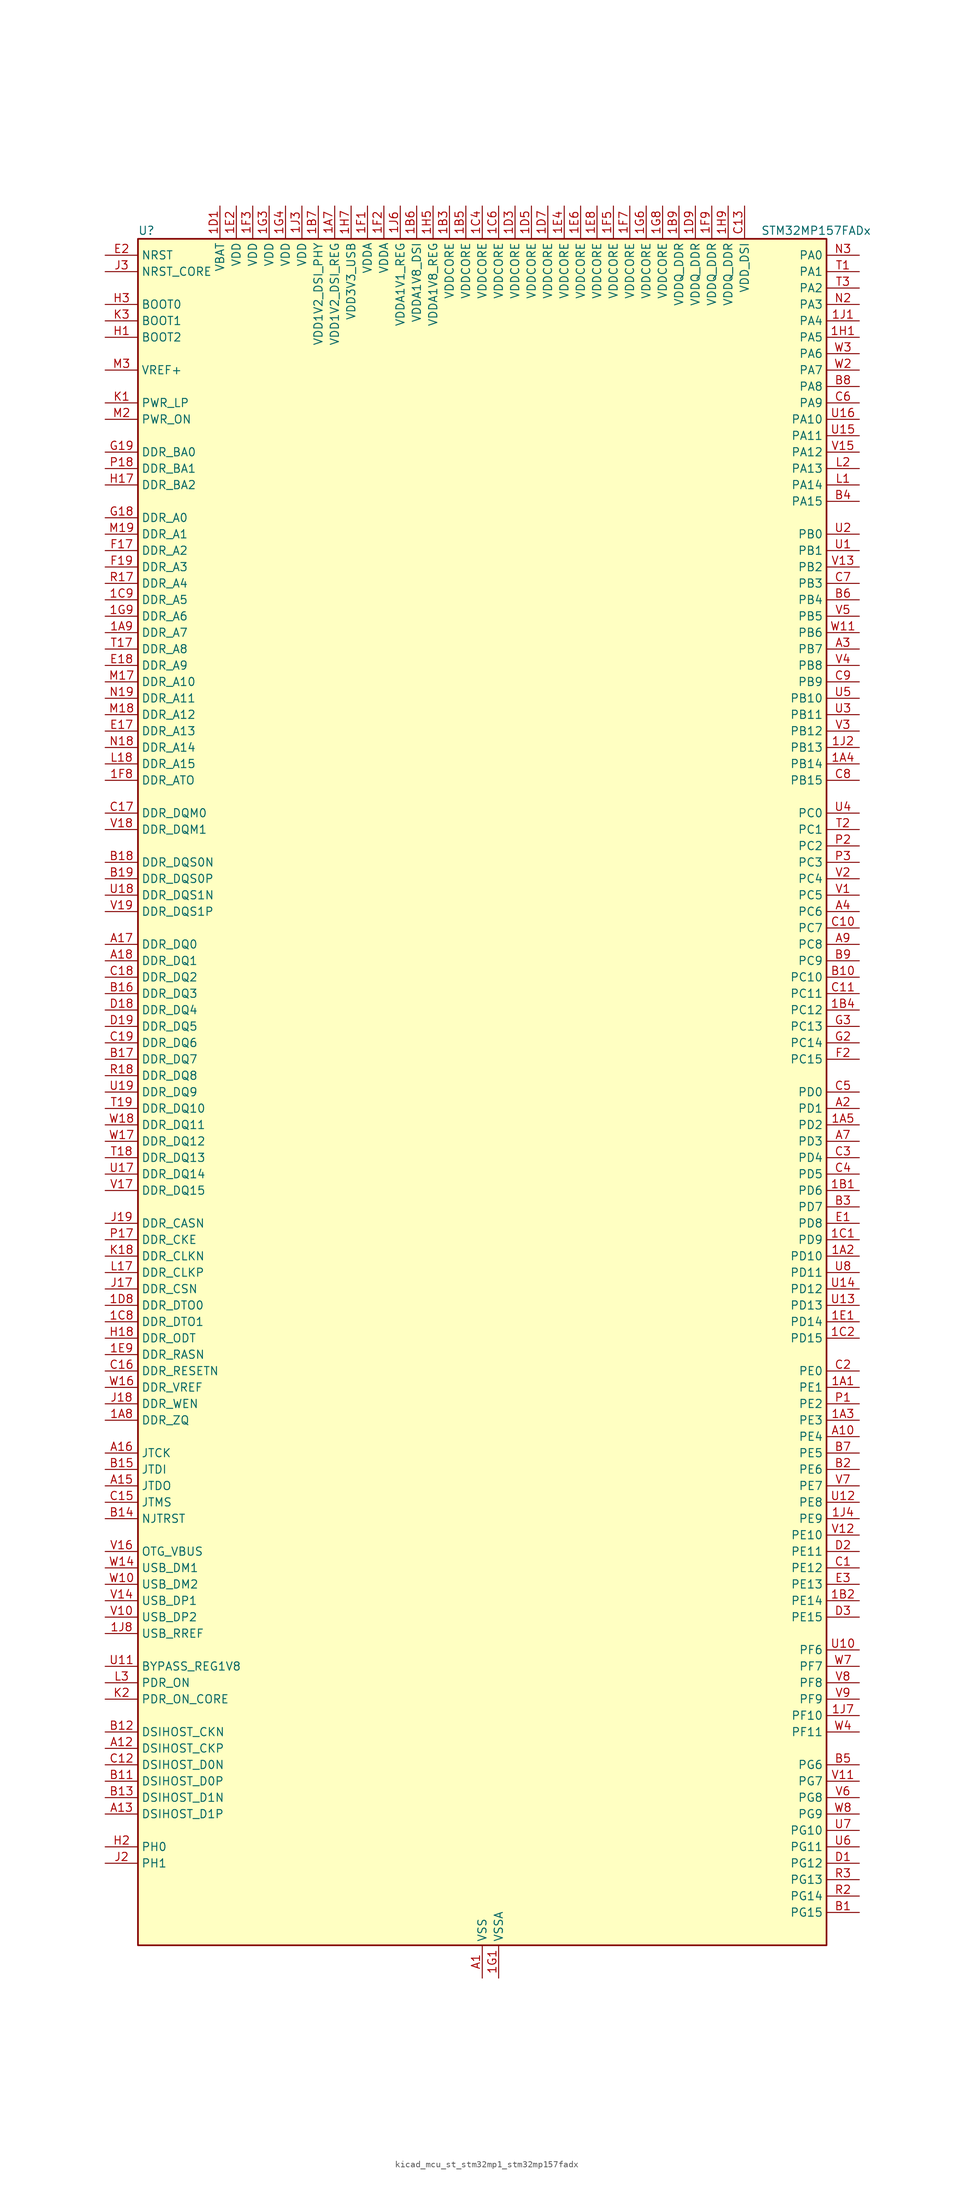
<source format=kicad_sym>
(kicad_symbol_lib
  (version 20220914)
  (generator kicad_symbol_editor)
  (symbol "kicad_mcu_st_stm32mp1_stm32mp157fadx"
    (property "Reference" "U"
      (at -53.34 133.35 0)
      (effects (font (size 1.27 1.27)) (justify left)))
    (property "Value" "STM32MP157FADx"
      (at 43.18 133.35 0)
      (effects (font (size 1.27 1.27)) (justify left)))
    (property "ki_locked" ""
      (at 0 0 0)
      (effects (font (size 1.27 1.27))))
    (symbol "kicad_mcu_st_stm32mp1_stm32mp157fadx_0_1"
      (rectangle (start -53.34 -132.08) (end 53.34 132.08) (stroke (width 0.254) (type default)) (fill (type background))))
    (symbol "kicad_mcu_st_stm32mp1_stm32mp157fadx_1_1"
      (pin bidirectional line (at 58.42 -45.72 180) (length 5.08) (name "PE1" (effects (font (size 1.27 1.27)))) (number "1A1" (effects (font (size 1.27 1.27)))) (alternate "DCMI_D3" bidirectional line) (alternate "FMC_NBL1" bidirectional line) (alternate "I2S2_MCK" bidirectional line) (alternate "LPTIM1_IN2" bidirectional line) (alternate "SAI3_SD_B" bidirectional line) (alternate "UART8_TX" bidirectional line))
      (pin bidirectional line (at 58.42 -25.4 180) (length 5.08) (name "PD10" (effects (font (size 1.27 1.27)))) (number "1A2" (effects (font (size 1.27 1.27)))) (alternate "DFSDM1_CKOUT" bidirectional line) (alternate "FMC_D15" bidirectional line) (alternate "FMC_DA15" bidirectional line) (alternate "I2C5_SMBA" bidirectional line) (alternate "I2S3_SDI" bidirectional line) (alternate "LTDC_B3" bidirectional line) (alternate "RTC_REFIN" bidirectional line) (alternate "SAI3_FS_B" bidirectional line) (alternate "SPI3_MISO" bidirectional line) (alternate "TIM16_BKIN" bidirectional line) (alternate "USART3_CK" bidirectional line))
      (pin bidirectional line (at 58.42 -50.8 180) (length 5.08) (name "PE3" (effects (font (size 1.27 1.27)))) (number "1A3" (effects (font (size 1.27 1.27)))) (alternate "DEBUG_TRACED0" bidirectional line) (alternate "FMC_A19" bidirectional line) (alternate "SAI1_SD_B" bidirectional line) (alternate "SDMMC2_CK" bidirectional line) (alternate "TIM15_BKIN" bidirectional line))
      (pin bidirectional line (at 58.42 50.8 180) (length 5.08) (name "PB14" (effects (font (size 1.27 1.27)))) (number "1A4" (effects (font (size 1.27 1.27)))) (alternate "DFSDM1_DATIN2" bidirectional line) (alternate "I2S2_SDI" bidirectional line) (alternate "SDMMC2_D0" bidirectional line) (alternate "SPI2_MISO" bidirectional line) (alternate "TIM12_CH1" bidirectional line) (alternate "TIM1_CH2N" bidirectional line) (alternate "TIM8_CH2N" bidirectional line) (alternate "USART1_TX" bidirectional line) (alternate "USART3_DE" bidirectional line) (alternate "USART3_RTS" bidirectional line))
      (pin bidirectional line (at 58.42 -5.08 180) (length 5.08) (name "PD2" (effects (font (size 1.27 1.27)))) (number "1A5" (effects (font (size 1.27 1.27)))) (alternate "DCMI_D11" bidirectional line) (alternate "I2C5_SMBA" bidirectional line) (alternate "SDMMC1_CMD" bidirectional line) (alternate "TIM3_ETR" bidirectional line) (alternate "UART4_RX" bidirectional line) (alternate "UART5_RX" bidirectional line))
      (pin passive line (at 0 -137.16 90) (length 5.08) hide (name "VSS" (effects (font (size 1.27 1.27)))) (number "1A6" (effects (font (size 1.27 1.27)))))
      (pin power_in line (at -22.86 137.16 270) (length 5.08) (name "VDD1V2_DSI_REG" (effects (font (size 1.27 1.27)))) (number "1A7" (effects (font (size 1.27 1.27)))))
      (pin bidirectional line (at -58.42 -50.8 0) (length 5.08) (name "DDR_ZQ" (effects (font (size 1.27 1.27)))) (number "1A8" (effects (font (size 1.27 1.27)))) (alternate "DDR_ZQ" bidirectional line))
      (pin bidirectional line (at -58.42 71.12 0) (length 5.08) (name "DDR_A7" (effects (font (size 1.27 1.27)))) (number "1A9" (effects (font (size 1.27 1.27)))) (alternate "DDR_A7" bidirectional line))
      (pin bidirectional line (at 58.42 -15.24 180) (length 5.08) (name "PD6" (effects (font (size 1.27 1.27)))) (number "1B1" (effects (font (size 1.27 1.27)))) (alternate "DCMI_D10" bidirectional line) (alternate "DFSDM1_CKIN4" bidirectional line) (alternate "DFSDM1_DATIN1" bidirectional line) (alternate "FMC_NWAIT" bidirectional line) (alternate "I2S3_SDO" bidirectional line) (alternate "LTDC_B2" bidirectional line) (alternate "SAI1_D1" bidirectional line) (alternate "SAI1_SD_A" bidirectional line) (alternate "SPI3_MOSI" bidirectional line) (alternate "TIM16_CH1N" bidirectional line) (alternate "USART2_RX" bidirectional line))
      (pin bidirectional line (at 58.42 -78.74 180) (length 5.08) (name "PE14" (effects (font (size 1.27 1.27)))) (number "1B2" (effects (font (size 1.27 1.27)))) (alternate "FMC_D11" bidirectional line) (alternate "FMC_DA11" bidirectional line) (alternate "LTDC_CLK" bidirectional line) (alternate "LTDC_G0" bidirectional line) (alternate "SAI2_MCLK_B" bidirectional line) (alternate "SDMMC1_D123DIR" bidirectional line) (alternate "SPI4_MOSI" bidirectional line) (alternate "TIM1_CH4" bidirectional line) (alternate "UART8_DE" bidirectional line) (alternate "UART8_RTS" bidirectional line))
      (pin power_in line (at -5.08 137.16 270) (length 5.08) (name "VDDCORE" (effects (font (size 1.27 1.27)))) (number "1B3" (effects (font (size 1.27 1.27)))))
      (pin bidirectional line (at 58.42 12.7 180) (length 5.08) (name "PC12" (effects (font (size 1.27 1.27)))) (number "1B4" (effects (font (size 1.27 1.27)))) (alternate "DCMI_D9" bidirectional line) (alternate "DEBUG_TRACECLK" bidirectional line) (alternate "I2S3_SDO" bidirectional line) (alternate "RCC_MCO_2" bidirectional line) (alternate "SAI4_D3" bidirectional line) (alternate "SAI4_SD_B" bidirectional line) (alternate "SDMMC1_CK" bidirectional line) (alternate "SPI3_MOSI" bidirectional line) (alternate "UART5_TX" bidirectional line) (alternate "USART3_CK" bidirectional line))
      (pin power_in line (at -2.54 137.16 270) (length 5.08) (name "VDDCORE" (effects (font (size 1.27 1.27)))) (number "1B5" (effects (font (size 1.27 1.27)))))
      (pin power_in line (at -10.16 137.16 270) (length 5.08) (name "VDDA1V8_DSI" (effects (font (size 1.27 1.27)))) (number "1B6" (effects (font (size 1.27 1.27)))))
      (pin power_in line (at -25.4 137.16 270) (length 5.08) (name "VDD1V2_DSI_PHY" (effects (font (size 1.27 1.27)))) (number "1B7" (effects (font (size 1.27 1.27)))))
      (pin passive line (at 0 -137.16 90) (length 5.08) hide (name "VSS" (effects (font (size 1.27 1.27)))) (number "1B8" (effects (font (size 1.27 1.27)))))
      (pin power_in line (at 30.48 137.16 270) (length 5.08) (name "VDDQ_DDR" (effects (font (size 1.27 1.27)))) (number "1B9" (effects (font (size 1.27 1.27)))))
      (pin bidirectional line (at 58.42 -22.86 180) (length 5.08) (name "PD9" (effects (font (size 1.27 1.27)))) (number "1C1" (effects (font (size 1.27 1.27)))) (alternate "DAC1_EXTI9" bidirectional line) (alternate "DCMI_HSYNC" bidirectional line) (alternate "DFSDM1_DATIN3" bidirectional line) (alternate "FMC_D14" bidirectional line) (alternate "FMC_DA14" bidirectional line) (alternate "LTDC_B0" bidirectional line) (alternate "SAI3_SD_B" bidirectional line) (alternate "USART3_RX" bidirectional line))
      (pin bidirectional line (at 58.42 -38.1 180) (length 5.08) (name "PD15" (effects (font (size 1.27 1.27)))) (number "1C2" (effects (font (size 1.27 1.27)))) (alternate "ADC1_EXTI15" bidirectional line) (alternate "ADC2_EXTI15" bidirectional line) (alternate "FMC_D1" bidirectional line) (alternate "FMC_DA1" bidirectional line) (alternate "LTDC_R1" bidirectional line) (alternate "SAI3_MCLK_A" bidirectional line) (alternate "TIM4_CH4" bidirectional line) (alternate "UART8_CTS" bidirectional line))
      (pin passive line (at 0 -137.16 90) (length 5.08) hide (name "VSS" (effects (font (size 1.27 1.27)))) (number "1C3" (effects (font (size 1.27 1.27)))))
      (pin power_in line (at 0 137.16 270) (length 5.08) (name "VDDCORE" (effects (font (size 1.27 1.27)))) (number "1C4" (effects (font (size 1.27 1.27)))))
      (pin passive line (at 0 -137.16 90) (length 5.08) hide (name "VSS" (effects (font (size 1.27 1.27)))) (number "1C5" (effects (font (size 1.27 1.27)))))
      (pin power_in line (at 2.54 137.16 270) (length 5.08) (name "VDDCORE" (effects (font (size 1.27 1.27)))) (number "1C6" (effects (font (size 1.27 1.27)))))
      (pin passive line (at 0 -137.16 90) (length 5.08) hide (name "VSS" (effects (font (size 1.27 1.27)))) (number "1C7" (effects (font (size 1.27 1.27)))))
      (pin bidirectional line (at -58.42 -35.56 0) (length 5.08) (name "DDR_DTO1" (effects (font (size 1.27 1.27)))) (number "1C8" (effects (font (size 1.27 1.27)))) (alternate "DDR_DTO1" bidirectional line))
      (pin bidirectional line (at -58.42 76.2 0) (length 5.08) (name "DDR_A5" (effects (font (size 1.27 1.27)))) (number "1C9" (effects (font (size 1.27 1.27)))) (alternate "DDR_A5" bidirectional line))
      (pin power_in line (at -40.64 137.16 270) (length 5.08) (name "VBAT" (effects (font (size 1.27 1.27)))) (number "1D1" (effects (font (size 1.27 1.27)))))
      (pin passive line (at 0 -137.16 90) (length 5.08) hide (name "VSS" (effects (font (size 1.27 1.27)))) (number "1D2" (effects (font (size 1.27 1.27)))))
      (pin power_in line (at 5.08 137.16 270) (length 5.08) (name "VDDCORE" (effects (font (size 1.27 1.27)))) (number "1D3" (effects (font (size 1.27 1.27)))))
      (pin passive line (at 0 -137.16 90) (length 5.08) hide (name "VSS" (effects (font (size 1.27 1.27)))) (number "1D4" (effects (font (size 1.27 1.27)))))
      (pin power_in line (at 7.62 137.16 270) (length 5.08) (name "VDDCORE" (effects (font (size 1.27 1.27)))) (number "1D5" (effects (font (size 1.27 1.27)))))
      (pin passive line (at 0 -137.16 90) (length 5.08) hide (name "VSS" (effects (font (size 1.27 1.27)))) (number "1D6" (effects (font (size 1.27 1.27)))))
      (pin power_in line (at 10.16 137.16 270) (length 5.08) (name "VDDCORE" (effects (font (size 1.27 1.27)))) (number "1D7" (effects (font (size 1.27 1.27)))))
      (pin bidirectional line (at -58.42 -33.02 0) (length 5.08) (name "DDR_DTO0" (effects (font (size 1.27 1.27)))) (number "1D8" (effects (font (size 1.27 1.27)))) (alternate "DDR_DTO0" bidirectional line))
      (pin power_in line (at 33.02 137.16 270) (length 5.08) (name "VDDQ_DDR" (effects (font (size 1.27 1.27)))) (number "1D9" (effects (font (size 1.27 1.27)))))
      (pin bidirectional line (at 58.42 -35.56 180) (length 5.08) (name "PD14" (effects (font (size 1.27 1.27)))) (number "1E1" (effects (font (size 1.27 1.27)))) (alternate "FMC_D0" bidirectional line) (alternate "FMC_DA0" bidirectional line) (alternate "SAI3_MCLK_B" bidirectional line) (alternate "TIM4_CH3" bidirectional line) (alternate "UART8_CTS" bidirectional line))
      (pin power_in line (at -38.1 137.16 270) (length 5.08) (name "VDD" (effects (font (size 1.27 1.27)))) (number "1E2" (effects (font (size 1.27 1.27)))))
      (pin passive line (at 0 -137.16 90) (length 5.08) hide (name "VSS" (effects (font (size 1.27 1.27)))) (number "1E3" (effects (font (size 1.27 1.27)))))
      (pin power_in line (at 12.7 137.16 270) (length 5.08) (name "VDDCORE" (effects (font (size 1.27 1.27)))) (number "1E4" (effects (font (size 1.27 1.27)))))
      (pin passive line (at 0 -137.16 90) (length 5.08) hide (name "VSS" (effects (font (size 1.27 1.27)))) (number "1E5" (effects (font (size 1.27 1.27)))))
      (pin power_in line (at 15.24 137.16 270) (length 5.08) (name "VDDCORE" (effects (font (size 1.27 1.27)))) (number "1E6" (effects (font (size 1.27 1.27)))))
      (pin passive line (at 0 -137.16 90) (length 5.08) hide (name "VSS" (effects (font (size 1.27 1.27)))) (number "1E7" (effects (font (size 1.27 1.27)))))
      (pin power_in line (at 17.78 137.16 270) (length 5.08) (name "VDDCORE" (effects (font (size 1.27 1.27)))) (number "1E8" (effects (font (size 1.27 1.27)))))
      (pin bidirectional line (at -58.42 -40.64 0) (length 5.08) (name "DDR_RASN" (effects (font (size 1.27 1.27)))) (number "1E9" (effects (font (size 1.27 1.27)))) (alternate "DDR_RASN" bidirectional line))
      (pin power_in line (at -17.78 137.16 270) (length 5.08) (name "VDDA" (effects (font (size 1.27 1.27)))) (number "1F1" (effects (font (size 1.27 1.27)))))
      (pin power_in line (at -15.24 137.16 270) (length 5.08) (name "VDDA" (effects (font (size 1.27 1.27)))) (number "1F2" (effects (font (size 1.27 1.27)))))
      (pin power_in line (at -35.56 137.16 270) (length 5.08) (name "VDD" (effects (font (size 1.27 1.27)))) (number "1F3" (effects (font (size 1.27 1.27)))))
      (pin passive line (at 0 -137.16 90) (length 5.08) hide (name "VSS" (effects (font (size 1.27 1.27)))) (number "1F4" (effects (font (size 1.27 1.27)))))
      (pin power_in line (at 20.32 137.16 270) (length 5.08) (name "VDDCORE" (effects (font (size 1.27 1.27)))) (number "1F5" (effects (font (size 1.27 1.27)))))
      (pin passive line (at 0 -137.16 90) (length 5.08) hide (name "VSS" (effects (font (size 1.27 1.27)))) (number "1F6" (effects (font (size 1.27 1.27)))))
      (pin power_in line (at 22.86 137.16 270) (length 5.08) (name "VDDCORE" (effects (font (size 1.27 1.27)))) (number "1F7" (effects (font (size 1.27 1.27)))))
      (pin bidirectional line (at -58.42 48.26 0) (length 5.08) (name "DDR_ATO" (effects (font (size 1.27 1.27)))) (number "1F8" (effects (font (size 1.27 1.27)))) (alternate "DDR_ATO" bidirectional line))
      (pin power_in line (at 35.56 137.16 270) (length 5.08) (name "VDDQ_DDR" (effects (font (size 1.27 1.27)))) (number "1F9" (effects (font (size 1.27 1.27)))))
      (pin power_in line (at 2.54 -137.16 90) (length 5.08) (name "VSSA" (effects (font (size 1.27 1.27)))) (number "1G1" (effects (font (size 1.27 1.27)))))
      (pin passive line (at 0 -137.16 90) (length 5.08) hide (name "VSS" (effects (font (size 1.27 1.27)))) (number "1G2" (effects (font (size 1.27 1.27)))))
      (pin power_in line (at -33.02 137.16 270) (length 5.08) (name "VDD" (effects (font (size 1.27 1.27)))) (number "1G3" (effects (font (size 1.27 1.27)))))
      (pin power_in line (at -30.48 137.16 270) (length 5.08) (name "VDD" (effects (font (size 1.27 1.27)))) (number "1G4" (effects (font (size 1.27 1.27)))))
      (pin passive line (at 0 -137.16 90) (length 5.08) hide (name "VSS" (effects (font (size 1.27 1.27)))) (number "1G5" (effects (font (size 1.27 1.27)))))
      (pin power_in line (at 25.4 137.16 270) (length 5.08) (name "VDDCORE" (effects (font (size 1.27 1.27)))) (number "1G6" (effects (font (size 1.27 1.27)))))
      (pin passive line (at 0 -137.16 90) (length 5.08) hide (name "VSS" (effects (font (size 1.27 1.27)))) (number "1G7" (effects (font (size 1.27 1.27)))))
      (pin power_in line (at 27.94 137.16 270) (length 5.08) (name "VDDCORE" (effects (font (size 1.27 1.27)))) (number "1G8" (effects (font (size 1.27 1.27)))))
      (pin bidirectional line (at -58.42 73.66 0) (length 5.08) (name "DDR_A6" (effects (font (size 1.27 1.27)))) (number "1G9" (effects (font (size 1.27 1.27)))) (alternate "DDR_A6" bidirectional line))
      (pin bidirectional line (at 58.42 116.84 180) (length 5.08) (name "PA5" (effects (font (size 1.27 1.27)))) (number "1H1" (effects (font (size 1.27 1.27)))) (alternate "ADC1_INN18" bidirectional line) (alternate "ADC1_INP19" bidirectional line) (alternate "ADC2_INN18" bidirectional line) (alternate "ADC2_INP19" bidirectional line) (alternate "DAC1_OUT2" bidirectional line) (alternate "I2S1_CK" bidirectional line) (alternate "LTDC_R4" bidirectional line) (alternate "SAI4_CK1" bidirectional line) (alternate "SAI4_MCLK_A" bidirectional line) (alternate "SPI1_SCK" bidirectional line) (alternate "SPI6_SCK" bidirectional line) (alternate "TIM2_CH1" bidirectional line) (alternate "TIM2_ETR" bidirectional line) (alternate "TIM8_CH1N" bidirectional line))
      (pin passive line (at 0 -137.16 90) (length 5.08) hide (name "VSS" (effects (font (size 1.27 1.27)))) (number "1H2" (effects (font (size 1.27 1.27)))))
      (pin passive line (at 0 -137.16 90) (length 5.08) hide (name "VSS" (effects (font (size 1.27 1.27)))) (number "1H3" (effects (font (size 1.27 1.27)))))
      (pin passive line (at 0 -137.16 90) (length 5.08) hide (name "VSS" (effects (font (size 1.27 1.27)))) (number "1H4" (effects (font (size 1.27 1.27)))))
      (pin power_in line (at -7.62 137.16 270) (length 5.08) (name "VDDA1V8_REG" (effects (font (size 1.27 1.27)))) (number "1H5" (effects (font (size 1.27 1.27)))))
      (pin passive line (at 0 -137.16 90) (length 5.08) hide (name "VSS" (effects (font (size 1.27 1.27)))) (number "1H6" (effects (font (size 1.27 1.27)))))
      (pin power_in line (at -20.32 137.16 270) (length 5.08) (name "VDD3V3_USB" (effects (font (size 1.27 1.27)))) (number "1H7" (effects (font (size 1.27 1.27)))))
      (pin passive line (at 0 -137.16 90) (length 5.08) hide (name "VSS" (effects (font (size 1.27 1.27)))) (number "1H8" (effects (font (size 1.27 1.27)))))
      (pin power_in line (at 38.1 137.16 270) (length 5.08) (name "VDDQ_DDR" (effects (font (size 1.27 1.27)))) (number "1H9" (effects (font (size 1.27 1.27)))))
      (pin bidirectional line (at 58.42 119.38 180) (length 5.08) (name "PA4" (effects (font (size 1.27 1.27)))) (number "1J1" (effects (font (size 1.27 1.27)))) (alternate "ADC1_INP18" bidirectional line) (alternate "ADC2_INP18" bidirectional line) (alternate "DAC1_OUT1" bidirectional line) (alternate "DCMI_HSYNC" bidirectional line) (alternate "HDP_HDP0" bidirectional line) (alternate "I2S1_WS" bidirectional line) (alternate "I2S3_WS" bidirectional line) (alternate "LTDC_VSYNC" bidirectional line) (alternate "SAI4_D2" bidirectional line) (alternate "SAI4_FS_A" bidirectional line) (alternate "SPI1_NSS" bidirectional line) (alternate "SPI3_NSS" bidirectional line) (alternate "SPI6_NSS" bidirectional line) (alternate "TIM5_ETR" bidirectional line) (alternate "USART2_CK" bidirectional line))
      (pin bidirectional line (at 58.42 53.34 180) (length 5.08) (name "PB13" (effects (font (size 1.27 1.27)))) (number "1J2" (effects (font (size 1.27 1.27)))) (alternate "DFSDM1_CKIN1" bidirectional line) (alternate "DFSDM1_CKOUT" bidirectional line) (alternate "ETH1_TXD1" bidirectional line) (alternate "FDCAN2_TX" bidirectional line) (alternate "I2S2_CK" bidirectional line) (alternate "LPTIM2_OUT" bidirectional line) (alternate "SPI2_SCK" bidirectional line) (alternate "TIM1_CH1N" bidirectional line) (alternate "UART5_TX" bidirectional line) (alternate "USART3_CTS" bidirectional line) (alternate "USART3_NSS" bidirectional line))
      (pin power_in line (at -27.94 137.16 270) (length 5.08) (name "VDD" (effects (font (size 1.27 1.27)))) (number "1J3" (effects (font (size 1.27 1.27)))))
      (pin bidirectional line (at 58.42 -66.04 180) (length 5.08) (name "PE9" (effects (font (size 1.27 1.27)))) (number "1J4" (effects (font (size 1.27 1.27)))) (alternate "DAC1_EXTI9" bidirectional line) (alternate "DFSDM1_CKOUT" bidirectional line) (alternate "FMC_D6" bidirectional line) (alternate "FMC_DA6" bidirectional line) (alternate "QUADSPI_BK2_IO2" bidirectional line) (alternate "TIM1_CH1" bidirectional line) (alternate "UART7_DE" bidirectional line) (alternate "UART7_RTS" bidirectional line))
      (pin passive line (at 0 -137.16 90) (length 5.08) hide (name "VSS" (effects (font (size 1.27 1.27)))) (number "1J5" (effects (font (size 1.27 1.27)))))
      (pin power_in line (at -12.7 137.16 270) (length 5.08) (name "VDDA1V1_REG" (effects (font (size 1.27 1.27)))) (number "1J6" (effects (font (size 1.27 1.27)))))
      (pin bidirectional line (at 58.42 -96.52 180) (length 5.08) (name "PF10" (effects (font (size 1.27 1.27)))) (number "1J7" (effects (font (size 1.27 1.27)))) (alternate "DCMI_D11" bidirectional line) (alternate "LTDC_DE" bidirectional line) (alternate "QUADSPI_CLK" bidirectional line) (alternate "SAI1_D3" bidirectional line) (alternate "SAI1_D4" bidirectional line) (alternate "SAI4_D3" bidirectional line) (alternate "SAI4_D4" bidirectional line) (alternate "TIM16_BKIN" bidirectional line))
      (pin bidirectional line (at -58.42 -83.82 0) (length 5.08) (name "USB_RREF" (effects (font (size 1.27 1.27)))) (number "1J8" (effects (font (size 1.27 1.27)))))
      (pin passive line (at 0 -137.16 90) (length 5.08) hide (name "VSS" (effects (font (size 1.27 1.27)))) (number "1J9" (effects (font (size 1.27 1.27)))))
      (pin power_in line (at 0 -137.16 90) (length 5.08) (name "VSS" (effects (font (size 1.27 1.27)))) (number "A1" (effects (font (size 1.27 1.27)))))
      (pin bidirectional line (at 58.42 -53.34 180) (length 5.08) (name "PE4" (effects (font (size 1.27 1.27)))) (number "A10" (effects (font (size 1.27 1.27)))) (alternate "DCMI_D4" bidirectional line) (alternate "DEBUG_TRACED1" bidirectional line) (alternate "DFSDM1_DATIN3" bidirectional line) (alternate "FMC_A20" bidirectional line) (alternate "LTDC_B0" bidirectional line) (alternate "SAI1_D2" bidirectional line) (alternate "SAI1_FS_A" bidirectional line) (alternate "SDMMC1_CKIN" bidirectional line) (alternate "SDMMC1_D4" bidirectional line) (alternate "SDMMC2_CKIN" bidirectional line) (alternate "SDMMC2_D4" bidirectional line) (alternate "SPI4_NSS" bidirectional line) (alternate "TIM15_CH1N" bidirectional line))
      (pin bidirectional line (at -58.42 -101.6 0) (length 5.08) (name "DSIHOST_CKP" (effects (font (size 1.27 1.27)))) (number "A12" (effects (font (size 1.27 1.27)))) (alternate "DSIHOST_CKP" bidirectional line))
      (pin bidirectional line (at -58.42 -111.76 0) (length 5.08) (name "DSIHOST_D1P" (effects (font (size 1.27 1.27)))) (number "A13" (effects (font (size 1.27 1.27)))) (alternate "DSIHOST_D1P" bidirectional line))
      (pin bidirectional line (at -58.42 -60.96 0) (length 5.08) (name "JTDO" (effects (font (size 1.27 1.27)))) (number "A15" (effects (font (size 1.27 1.27)))) (alternate "DEBUG_JTDO-SWO" bidirectional line))
      (pin bidirectional line (at -58.42 -55.88 0) (length 5.08) (name "JTCK" (effects (font (size 1.27 1.27)))) (number "A16" (effects (font (size 1.27 1.27)))) (alternate "DEBUG_JTCK-SWCLK" bidirectional line))
      (pin bidirectional line (at -58.42 22.86 0) (length 5.08) (name "DDR_DQ0" (effects (font (size 1.27 1.27)))) (number "A17" (effects (font (size 1.27 1.27)))) (alternate "DDR_DQ0" bidirectional line))
      (pin bidirectional line (at -58.42 20.32 0) (length 5.08) (name "DDR_DQ1" (effects (font (size 1.27 1.27)))) (number "A18" (effects (font (size 1.27 1.27)))) (alternate "DDR_DQ1" bidirectional line))
      (pin passive line (at 0 -137.16 90) (length 5.08) hide (name "VSS" (effects (font (size 1.27 1.27)))) (number "A19" (effects (font (size 1.27 1.27)))))
      (pin bidirectional line (at 58.42 -2.54 180) (length 5.08) (name "PD1" (effects (font (size 1.27 1.27)))) (number "A2" (effects (font (size 1.27 1.27)))) (alternate "DFSDM1_CKIN7" bidirectional line) (alternate "DFSDM1_DATIN6" bidirectional line) (alternate "FDCAN1_TX" bidirectional line) (alternate "FMC_D3" bidirectional line) (alternate "FMC_DA3" bidirectional line) (alternate "I2C5_SCL" bidirectional line) (alternate "I2C6_SCL" bidirectional line) (alternate "SAI3_SD_A" bidirectional line) (alternate "SDMMC3_D0" bidirectional line) (alternate "UART4_TX" bidirectional line))
      (pin bidirectional line (at 58.42 68.58 180) (length 5.08) (name "PB7" (effects (font (size 1.27 1.27)))) (number "A3" (effects (font (size 1.27 1.27)))) (alternate "DCMI_VSYNC" bidirectional line) (alternate "DFSDM1_CKIN5" bidirectional line) (alternate "FMC_NL" bidirectional line) (alternate "I2C1_SDA" bidirectional line) (alternate "I2C4_SDA" bidirectional line) (alternate "SDMMC2_D1" bidirectional line) (alternate "TIM17_CH1N" bidirectional line) (alternate "TIM4_CH2" bidirectional line) (alternate "USART1_RX" bidirectional line))
      (pin bidirectional line (at 58.42 27.94 180) (length 5.08) (name "PC6" (effects (font (size 1.27 1.27)))) (number "A4" (effects (font (size 1.27 1.27)))) (alternate "DCMI_D0" bidirectional line) (alternate "DFSDM1_CKIN3" bidirectional line) (alternate "DSIHOST_TE" bidirectional line) (alternate "HDP_HDP1" bidirectional line) (alternate "I2S2_MCK" bidirectional line) (alternate "LTDC_HSYNC" bidirectional line) (alternate "SDMMC1_D0DIR" bidirectional line) (alternate "SDMMC1_D6" bidirectional line) (alternate "SDMMC2_D0DIR" bidirectional line) (alternate "SDMMC2_D6" bidirectional line) (alternate "TIM3_CH1" bidirectional line) (alternate "TIM8_CH1" bidirectional line) (alternate "USART6_TX" bidirectional line))
      (pin passive line (at 0 -137.16 90) (length 5.08) hide (name "VSS" (effects (font (size 1.27 1.27)))) (number "A6" (effects (font (size 1.27 1.27)))))
      (pin bidirectional line (at 58.42 -7.62 180) (length 5.08) (name "PD3" (effects (font (size 1.27 1.27)))) (number "A7" (effects (font (size 1.27 1.27)))) (alternate "DCMI_D5" bidirectional line) (alternate "DFSDM1_CKOUT" bidirectional line) (alternate "DFSDM1_DATIN0" bidirectional line) (alternate "FMC_CLK" bidirectional line) (alternate "HDP_HDP5" bidirectional line) (alternate "I2S2_CK" bidirectional line) (alternate "LTDC_G7" bidirectional line) (alternate "SDMMC1_D123DIR" bidirectional line) (alternate "SDMMC1_D7" bidirectional line) (alternate "SDMMC2_D123DIR" bidirectional line) (alternate "SDMMC2_D7" bidirectional line) (alternate "SPI2_SCK" bidirectional line) (alternate "USART2_CTS" bidirectional line) (alternate "USART2_NSS" bidirectional line))
      (pin bidirectional line (at 58.42 22.86 180) (length 5.08) (name "PC8" (effects (font (size 1.27 1.27)))) (number "A9" (effects (font (size 1.27 1.27)))) (alternate "DCMI_D2" bidirectional line) (alternate "DEBUG_TRACED0" bidirectional line) (alternate "SDMMC1_D0" bidirectional line) (alternate "TIM3_CH3" bidirectional line) (alternate "TIM8_CH3" bidirectional line) (alternate "UART4_TX" bidirectional line) (alternate "UART5_DE" bidirectional line) (alternate "UART5_RTS" bidirectional line) (alternate "USART6_CK" bidirectional line))
      (pin bidirectional line (at 58.42 -127 180) (length 5.08) (name "PG15" (effects (font (size 1.27 1.27)))) (number "B1" (effects (font (size 1.27 1.27)))) (alternate "ADC1_EXTI15" bidirectional line) (alternate "ADC2_EXTI15" bidirectional line) (alternate "DCMI_D13" bidirectional line) (alternate "DEBUG_TRACED7" bidirectional line) (alternate "I2C2_SDA" bidirectional line) (alternate "SAI1_D2" bidirectional line) (alternate "SAI1_FS_A" bidirectional line) (alternate "SDMMC3_CK" bidirectional line) (alternate "USART6_CTS" bidirectional line) (alternate "USART6_NSS" bidirectional line))
      (pin bidirectional line (at 58.42 17.78 180) (length 5.08) (name "PC10" (effects (font (size 1.27 1.27)))) (number "B10" (effects (font (size 1.27 1.27)))) (alternate "DCMI_D8" bidirectional line) (alternate "DEBUG_TRACED2" bidirectional line) (alternate "DFSDM1_CKIN5" bidirectional line) (alternate "I2S3_CK" bidirectional line) (alternate "LTDC_R2" bidirectional line) (alternate "QUADSPI_BK1_IO1" bidirectional line) (alternate "SAI4_MCLK_B" bidirectional line) (alternate "SDMMC1_D2" bidirectional line) (alternate "SPI3_SCK" bidirectional line) (alternate "UART4_TX" bidirectional line) (alternate "USART3_TX" bidirectional line))
      (pin bidirectional line (at -58.42 -106.68 0) (length 5.08) (name "DSIHOST_D0P" (effects (font (size 1.27 1.27)))) (number "B11" (effects (font (size 1.27 1.27)))) (alternate "DSIHOST_D0P" bidirectional line))
      (pin bidirectional line (at -58.42 -99.06 0) (length 5.08) (name "DSIHOST_CKN" (effects (font (size 1.27 1.27)))) (number "B12" (effects (font (size 1.27 1.27)))) (alternate "DSIHOST_CKN" bidirectional line))
      (pin bidirectional line (at -58.42 -109.22 0) (length 5.08) (name "DSIHOST_D1N" (effects (font (size 1.27 1.27)))) (number "B13" (effects (font (size 1.27 1.27)))) (alternate "DSIHOST_D1N" bidirectional line))
      (pin bidirectional line (at -58.42 -66.04 0) (length 5.08) (name "NJTRST" (effects (font (size 1.27 1.27)))) (number "B14" (effects (font (size 1.27 1.27)))) (alternate "DEBUG_JTRST" bidirectional line))
      (pin bidirectional line (at -58.42 -58.42 0) (length 5.08) (name "JTDI" (effects (font (size 1.27 1.27)))) (number "B15" (effects (font (size 1.27 1.27)))) (alternate "DEBUG_JTDI" bidirectional line))
      (pin bidirectional line (at -58.42 15.24 0) (length 5.08) (name "DDR_DQ3" (effects (font (size 1.27 1.27)))) (number "B16" (effects (font (size 1.27 1.27)))) (alternate "DDR_DQ3" bidirectional line))
      (pin bidirectional line (at -58.42 5.08 0) (length 5.08) (name "DDR_DQ7" (effects (font (size 1.27 1.27)))) (number "B17" (effects (font (size 1.27 1.27)))) (alternate "DDR_DQ7" bidirectional line))
      (pin bidirectional line (at -58.42 35.56 0) (length 5.08) (name "DDR_DQS0N" (effects (font (size 1.27 1.27)))) (number "B18" (effects (font (size 1.27 1.27)))) (alternate "DDR_DQS0N" bidirectional line))
      (pin bidirectional line (at -58.42 33.02 0) (length 5.08) (name "DDR_DQS0P" (effects (font (size 1.27 1.27)))) (number "B19" (effects (font (size 1.27 1.27)))) (alternate "DDR_DQS0P" bidirectional line))
      (pin bidirectional line (at 58.42 -58.42 180) (length 5.08) (name "PE6" (effects (font (size 1.27 1.27)))) (number "B2" (effects (font (size 1.27 1.27)))) (alternate "DCMI_D7" bidirectional line) (alternate "DEBUG_TRACED2" bidirectional line) (alternate "FMC_A22" bidirectional line) (alternate "LTDC_G1" bidirectional line) (alternate "SAI1_D1" bidirectional line) (alternate "SAI1_SD_A" bidirectional line) (alternate "SAI2_MCLK_B" bidirectional line) (alternate "SDMMC1_D2" bidirectional line) (alternate "SDMMC2_D0" bidirectional line) (alternate "SPI4_MOSI" bidirectional line) (alternate "TIM15_CH2" bidirectional line) (alternate "TIM1_BKIN2" bidirectional line))
      (pin bidirectional line (at 58.42 -17.78 180) (length 5.08) (name "PD7" (effects (font (size 1.27 1.27)))) (number "B3" (effects (font (size 1.27 1.27)))) (alternate "DEBUG_TRACED6" bidirectional line) (alternate "DFSDM1_CKIN1" bidirectional line) (alternate "DFSDM1_DATIN4" bidirectional line) (alternate "FMC_NE1" bidirectional line) (alternate "I2C2_SCL" bidirectional line) (alternate "SDMMC3_D3" bidirectional line) (alternate "SPDIFRX_IN0" bidirectional line) (alternate "USART2_CK" bidirectional line))
      (pin bidirectional line (at 58.42 91.44 180) (length 5.08) (name "PA15" (effects (font (size 1.27 1.27)))) (number "B4" (effects (font (size 1.27 1.27)))) (alternate "ADC1_EXTI15" bidirectional line) (alternate "ADC2_EXTI15" bidirectional line) (alternate "CEC" bidirectional line) (alternate "DEBUG_DBTRGI" bidirectional line) (alternate "I2S1_WS" bidirectional line) (alternate "I2S3_WS" bidirectional line) (alternate "LTDC_R1" bidirectional line) (alternate "SAI4_D2" bidirectional line) (alternate "SAI4_FS_A" bidirectional line) (alternate "SDMMC1_CDIR" bidirectional line) (alternate "SDMMC1_D5" bidirectional line) (alternate "SDMMC2_CDIR" bidirectional line) (alternate "SDMMC2_D5" bidirectional line) (alternate "SPI1_NSS" bidirectional line) (alternate "SPI3_NSS" bidirectional line) (alternate "SPI6_NSS" bidirectional line) (alternate "TIM2_CH1" bidirectional line) (alternate "TIM2_ETR" bidirectional line) (alternate "UART4_DE" bidirectional line) (alternate "UART4_RTS" bidirectional line) (alternate "UART7_TX" bidirectional line))
      (pin bidirectional line (at 58.42 -104.14 180) (length 5.08) (name "PG6" (effects (font (size 1.27 1.27)))) (number "B5" (effects (font (size 1.27 1.27)))) (alternate "DCMI_D12" bidirectional line) (alternate "DEBUG_TRACED14" bidirectional line) (alternate "LTDC_R7" bidirectional line) (alternate "SDMMC2_CMD" bidirectional line) (alternate "TIM17_BKIN" bidirectional line))
      (pin bidirectional line (at 58.42 76.2 180) (length 5.08) (name "PB4" (effects (font (size 1.27 1.27)))) (number "B6" (effects (font (size 1.27 1.27)))) (alternate "DEBUG_TRACED8" bidirectional line) (alternate "I2S1_SDI" bidirectional line) (alternate "I2S2_WS" bidirectional line) (alternate "I2S3_SDI" bidirectional line) (alternate "SAI4_CK2" bidirectional line) (alternate "SAI4_SCK_A" bidirectional line) (alternate "SDMMC2_D3" bidirectional line) (alternate "SPI1_MISO" bidirectional line) (alternate "SPI2_NSS" bidirectional line) (alternate "SPI3_MISO" bidirectional line) (alternate "SPI6_MISO" bidirectional line) (alternate "TIM16_BKIN" bidirectional line) (alternate "TIM3_CH1" bidirectional line) (alternate "UART7_TX" bidirectional line))
      (pin bidirectional line (at 58.42 -55.88 180) (length 5.08) (name "PE5" (effects (font (size 1.27 1.27)))) (number "B7" (effects (font (size 1.27 1.27)))) (alternate "DCMI_D6" bidirectional line) (alternate "DEBUG_TRACED3" bidirectional line) (alternate "DFSDM1_CKIN3" bidirectional line) (alternate "FMC_A21" bidirectional line) (alternate "LTDC_G0" bidirectional line) (alternate "SAI1_CK2" bidirectional line) (alternate "SAI1_SCK_A" bidirectional line) (alternate "SDMMC1_D0DIR" bidirectional line) (alternate "SDMMC1_D6" bidirectional line) (alternate "SDMMC2_D0DIR" bidirectional line) (alternate "SDMMC2_D6" bidirectional line) (alternate "SPI4_MISO" bidirectional line) (alternate "TIM15_CH1" bidirectional line))
      (pin bidirectional line (at 58.42 109.22 180) (length 5.08) (name "PA8" (effects (font (size 1.27 1.27)))) (number "B8" (effects (font (size 1.27 1.27)))) (alternate "I2C3_SCL" bidirectional line) (alternate "I2S3_SDO" bidirectional line) (alternate "LTDC_R6" bidirectional line) (alternate "RCC_MCO_1" bidirectional line) (alternate "SAI4_SD_B" bidirectional line) (alternate "SDMMC2_CKIN" bidirectional line) (alternate "SDMMC2_D4" bidirectional line) (alternate "SPI3_MOSI" bidirectional line) (alternate "TIM1_CH1" bidirectional line) (alternate "TIM8_BKIN2" bidirectional line) (alternate "UART7_RX" bidirectional line) (alternate "USART1_CK" bidirectional line) (alternate "USB_OTG_HS_SOF" bidirectional line))
      (pin bidirectional line (at 58.42 20.32 180) (length 5.08) (name "PC9" (effects (font (size 1.27 1.27)))) (number "B9" (effects (font (size 1.27 1.27)))) (alternate "DAC1_EXTI9" bidirectional line) (alternate "DCMI_D3" bidirectional line) (alternate "DEBUG_TRACED1" bidirectional line) (alternate "I2C3_SDA" bidirectional line) (alternate "I2S_CKIN" bidirectional line) (alternate "LTDC_B2" bidirectional line) (alternate "QUADSPI_BK1_IO0" bidirectional line) (alternate "SDMMC1_D1" bidirectional line) (alternate "TIM3_CH4" bidirectional line) (alternate "TIM8_CH4" bidirectional line) (alternate "UART5_CTS" bidirectional line))
      (pin bidirectional line (at 58.42 -73.66 180) (length 5.08) (name "PE12" (effects (font (size 1.27 1.27)))) (number "C1" (effects (font (size 1.27 1.27)))) (alternate "DFSDM1_DATIN5" bidirectional line) (alternate "FMC_D9" bidirectional line) (alternate "FMC_DA9" bidirectional line) (alternate "LTDC_B4" bidirectional line) (alternate "SAI2_SCK_B" bidirectional line) (alternate "SDMMC1_D0DIR" bidirectional line) (alternate "SPI4_SCK" bidirectional line) (alternate "TIM1_CH3N" bidirectional line))
      (pin bidirectional line (at 58.42 25.4 180) (length 5.08) (name "PC7" (effects (font (size 1.27 1.27)))) (number "C10" (effects (font (size 1.27 1.27)))) (alternate "DCMI_D1" bidirectional line) (alternate "DFSDM1_DATIN3" bidirectional line) (alternate "HDP_HDP4" bidirectional line) (alternate "I2S3_MCK" bidirectional line) (alternate "LTDC_G6" bidirectional line) (alternate "SDMMC1_D123DIR" bidirectional line) (alternate "SDMMC1_D7" bidirectional line) (alternate "SDMMC2_D123DIR" bidirectional line) (alternate "SDMMC2_D7" bidirectional line) (alternate "TIM3_CH2" bidirectional line) (alternate "TIM8_CH2" bidirectional line) (alternate "USART6_RX" bidirectional line))
      (pin bidirectional line (at 58.42 15.24 180) (length 5.08) (name "PC11" (effects (font (size 1.27 1.27)))) (number "C11" (effects (font (size 1.27 1.27)))) (alternate "ADC1_EXTI11" bidirectional line) (alternate "ADC2_EXTI11" bidirectional line) (alternate "DCMI_D4" bidirectional line) (alternate "DEBUG_TRACED3" bidirectional line) (alternate "DFSDM1_DATIN5" bidirectional line) (alternate "I2S3_SDI" bidirectional line) (alternate "QUADSPI_BK2_NCS" bidirectional line) (alternate "SAI4_SCK_B" bidirectional line) (alternate "SDMMC1_D3" bidirectional line) (alternate "SPI3_MISO" bidirectional line) (alternate "UART4_RX" bidirectional line) (alternate "USART3_RX" bidirectional line))
      (pin bidirectional line (at -58.42 -104.14 0) (length 5.08) (name "DSIHOST_D0N" (effects (font (size 1.27 1.27)))) (number "C12" (effects (font (size 1.27 1.27)))) (alternate "DSIHOST_D0N" bidirectional line))
      (pin power_in line (at 40.64 137.16 270) (length 5.08) (name "VDD_DSI" (effects (font (size 1.27 1.27)))) (number "C13" (effects (font (size 1.27 1.27)))))
      (pin passive line (at 0 -137.16 90) (length 5.08) hide (name "VSS" (effects (font (size 1.27 1.27)))) (number "C14" (effects (font (size 1.27 1.27)))))
      (pin bidirectional line (at -58.42 -63.5 0) (length 5.08) (name "JTMS" (effects (font (size 1.27 1.27)))) (number "C15" (effects (font (size 1.27 1.27)))) (alternate "DEBUG_JTMS-SWDIO" bidirectional line))
      (pin bidirectional line (at -58.42 -43.18 0) (length 5.08) (name "DDR_RESETN" (effects (font (size 1.27 1.27)))) (number "C16" (effects (font (size 1.27 1.27)))) (alternate "DDR_RESETN" bidirectional line))
      (pin bidirectional line (at -58.42 43.18 0) (length 5.08) (name "DDR_DQM0" (effects (font (size 1.27 1.27)))) (number "C17" (effects (font (size 1.27 1.27)))) (alternate "DDR_DQM0" bidirectional line))
      (pin bidirectional line (at -58.42 17.78 0) (length 5.08) (name "DDR_DQ2" (effects (font (size 1.27 1.27)))) (number "C18" (effects (font (size 1.27 1.27)))) (alternate "DDR_DQ2" bidirectional line))
      (pin bidirectional line (at -58.42 7.62 0) (length 5.08) (name "DDR_DQ6" (effects (font (size 1.27 1.27)))) (number "C19" (effects (font (size 1.27 1.27)))) (alternate "DDR_DQ6" bidirectional line))
      (pin bidirectional line (at 58.42 -43.18 180) (length 5.08) (name "PE0" (effects (font (size 1.27 1.27)))) (number "C2" (effects (font (size 1.27 1.27)))) (alternate "DCMI_D2" bidirectional line) (alternate "FMC_NBL0" bidirectional line) (alternate "I2S3_CK" bidirectional line) (alternate "LPTIM1_ETR" bidirectional line) (alternate "LPTIM2_ETR" bidirectional line) (alternate "SAI2_MCLK_A" bidirectional line) (alternate "SAI4_MCLK_B" bidirectional line) (alternate "SPI3_SCK" bidirectional line) (alternate "TIM4_ETR" bidirectional line) (alternate "UART8_RX" bidirectional line))
      (pin bidirectional line (at 58.42 -10.16 180) (length 5.08) (name "PD4" (effects (font (size 1.27 1.27)))) (number "C3" (effects (font (size 1.27 1.27)))) (alternate "DFSDM1_CKIN0" bidirectional line) (alternate "FMC_NOE" bidirectional line) (alternate "SAI3_FS_A" bidirectional line) (alternate "SDMMC3_D1" bidirectional line) (alternate "USART2_DE" bidirectional line) (alternate "USART2_RTS" bidirectional line))
      (pin bidirectional line (at 58.42 -12.7 180) (length 5.08) (name "PD5" (effects (font (size 1.27 1.27)))) (number "C4" (effects (font (size 1.27 1.27)))) (alternate "FMC_NWE" bidirectional line) (alternate "SDMMC3_D2" bidirectional line) (alternate "USART2_TX" bidirectional line))
      (pin bidirectional line (at 58.42 0 180) (length 5.08) (name "PD0" (effects (font (size 1.27 1.27)))) (number "C5" (effects (font (size 1.27 1.27)))) (alternate "DFSDM1_CKIN6" bidirectional line) (alternate "DFSDM1_DATIN7" bidirectional line) (alternate "FDCAN1_RX" bidirectional line) (alternate "FMC_D2" bidirectional line) (alternate "FMC_DA2" bidirectional line) (alternate "I2C5_SDA" bidirectional line) (alternate "I2C6_SDA" bidirectional line) (alternate "SAI3_SCK_A" bidirectional line) (alternate "SDMMC3_CMD" bidirectional line) (alternate "UART4_RX" bidirectional line))
      (pin bidirectional line (at 58.42 106.68 180) (length 5.08) (name "PA9" (effects (font (size 1.27 1.27)))) (number "C6" (effects (font (size 1.27 1.27)))) (alternate "DAC1_EXTI9" bidirectional line) (alternate "DCMI_D0" bidirectional line) (alternate "I2C3_SMBA" bidirectional line) (alternate "I2S2_CK" bidirectional line) (alternate "LTDC_R5" bidirectional line) (alternate "SDMMC2_CDIR" bidirectional line) (alternate "SDMMC2_D5" bidirectional line) (alternate "SPI2_SCK" bidirectional line) (alternate "TIM1_CH2" bidirectional line) (alternate "USART1_TX" bidirectional line))
      (pin bidirectional line (at 58.42 78.74 180) (length 5.08) (name "PB3" (effects (font (size 1.27 1.27)))) (number "C7" (effects (font (size 1.27 1.27)))) (alternate "DEBUG_TRACED9" bidirectional line) (alternate "I2S1_CK" bidirectional line) (alternate "I2S3_CK" bidirectional line) (alternate "SAI4_CK1" bidirectional line) (alternate "SAI4_MCLK_A" bidirectional line) (alternate "SDMMC2_D2" bidirectional line) (alternate "SPI1_SCK" bidirectional line) (alternate "SPI3_SCK" bidirectional line) (alternate "SPI6_SCK" bidirectional line) (alternate "TIM2_CH2" bidirectional line) (alternate "UART7_RX" bidirectional line))
      (pin bidirectional line (at 58.42 48.26 180) (length 5.08) (name "PB15" (effects (font (size 1.27 1.27)))) (number "C8" (effects (font (size 1.27 1.27)))) (alternate "ADC1_EXTI15" bidirectional line) (alternate "ADC2_EXTI15" bidirectional line) (alternate "DFSDM1_CKIN2" bidirectional line) (alternate "I2S2_SDO" bidirectional line) (alternate "RTC_REFIN" bidirectional line) (alternate "SDMMC2_D1" bidirectional line) (alternate "SPI2_MOSI" bidirectional line) (alternate "TIM12_CH2" bidirectional line) (alternate "TIM1_CH3N" bidirectional line) (alternate "TIM8_CH3N" bidirectional line) (alternate "USART1_RX" bidirectional line))
      (pin bidirectional line (at 58.42 63.5 180) (length 5.08) (name "PB9" (effects (font (size 1.27 1.27)))) (number "C9" (effects (font (size 1.27 1.27)))) (alternate "DAC1_EXTI9" bidirectional line) (alternate "DCMI_D7" bidirectional line) (alternate "DFSDM1_DATIN7" bidirectional line) (alternate "FDCAN1_TX" bidirectional line) (alternate "HDP_HDP7" bidirectional line) (alternate "I2C1_SDA" bidirectional line) (alternate "I2C4_SDA" bidirectional line) (alternate "I2S2_WS" bidirectional line) (alternate "LTDC_B7" bidirectional line) (alternate "SDMMC1_CDIR" bidirectional line) (alternate "SDMMC1_D5" bidirectional line) (alternate "SDMMC2_CDIR" bidirectional line) (alternate "SDMMC2_D5" bidirectional line) (alternate "SPI2_NSS" bidirectional line) (alternate "TIM17_CH1" bidirectional line) (alternate "TIM4_CH4" bidirectional line) (alternate "UART4_TX" bidirectional line))
      (pin bidirectional line (at 58.42 -119.38 180) (length 5.08) (name "PG12" (effects (font (size 1.27 1.27)))) (number "D1" (effects (font (size 1.27 1.27)))) (alternate "ETH1_PHY_INTN" bidirectional line) (alternate "FMC_NE4" bidirectional line) (alternate "LPTIM1_IN1" bidirectional line) (alternate "LTDC_B1" bidirectional line) (alternate "LTDC_B4" bidirectional line) (alternate "SAI4_CK2" bidirectional line) (alternate "SAI4_SCK_A" bidirectional line) (alternate "SPDIFRX_IN1" bidirectional line) (alternate "SPI6_MISO" bidirectional line) (alternate "USART6_DE" bidirectional line) (alternate "USART6_RTS" bidirectional line))
      (pin passive line (at 0 -137.16 90) (length 5.08) hide (name "VSS" (effects (font (size 1.27 1.27)))) (number "D17" (effects (font (size 1.27 1.27)))))
      (pin bidirectional line (at -58.42 12.7 0) (length 5.08) (name "DDR_DQ4" (effects (font (size 1.27 1.27)))) (number "D18" (effects (font (size 1.27 1.27)))) (alternate "DDR_DQ4" bidirectional line))
      (pin bidirectional line (at -58.42 10.16 0) (length 5.08) (name "DDR_DQ5" (effects (font (size 1.27 1.27)))) (number "D19" (effects (font (size 1.27 1.27)))) (alternate "DDR_DQ5" bidirectional line))
      (pin bidirectional line (at 58.42 -71.12 180) (length 5.08) (name "PE11" (effects (font (size 1.27 1.27)))) (number "D2" (effects (font (size 1.27 1.27)))) (alternate "ADC1_EXTI11" bidirectional line) (alternate "ADC2_EXTI11" bidirectional line) (alternate "DCMI_D4" bidirectional line) (alternate "DFSDM1_CKIN4" bidirectional line) (alternate "FMC_D8" bidirectional line) (alternate "FMC_DA8" bidirectional line) (alternate "LTDC_G3" bidirectional line) (alternate "SAI2_SD_B" bidirectional line) (alternate "SPI4_NSS" bidirectional line) (alternate "TIM1_CH2" bidirectional line) (alternate "USART6_CK" bidirectional line))
      (pin bidirectional line (at 58.42 -81.28 180) (length 5.08) (name "PE15" (effects (font (size 1.27 1.27)))) (number "D3" (effects (font (size 1.27 1.27)))) (alternate "ADC1_EXTI15" bidirectional line) (alternate "ADC2_EXTI15" bidirectional line) (alternate "FMC_D12" bidirectional line) (alternate "FMC_DA12" bidirectional line) (alternate "FMC_NCE2" bidirectional line) (alternate "HDP_HDP3" bidirectional line) (alternate "LTDC_R7" bidirectional line) (alternate "TIM15_BKIN" bidirectional line) (alternate "TIM1_BKIN" bidirectional line) (alternate "UART8_CTS" bidirectional line) (alternate "USART2_CTS" bidirectional line) (alternate "USART2_NSS" bidirectional line))
      (pin bidirectional line (at 58.42 -20.32 180) (length 5.08) (name "PD8" (effects (font (size 1.27 1.27)))) (number "E1" (effects (font (size 1.27 1.27)))) (alternate "DFSDM1_CKIN3" bidirectional line) (alternate "FMC_D13" bidirectional line) (alternate "FMC_DA13" bidirectional line) (alternate "LTDC_B7" bidirectional line) (alternate "SAI3_SCK_B" bidirectional line) (alternate "SPDIFRX_IN1" bidirectional line) (alternate "USART3_TX" bidirectional line))
      (pin bidirectional line (at -58.42 55.88 0) (length 5.08) (name "DDR_A13" (effects (font (size 1.27 1.27)))) (number "E17" (effects (font (size 1.27 1.27)))) (alternate "DDR_A13" bidirectional line))
      (pin bidirectional line (at -58.42 66.04 0) (length 5.08) (name "DDR_A9" (effects (font (size 1.27 1.27)))) (number "E18" (effects (font (size 1.27 1.27)))) (alternate "DDR_A9" bidirectional line))
      (pin input line (at -58.42 129.54 0) (length 5.08) (name "NRST" (effects (font (size 1.27 1.27)))) (number "E2" (effects (font (size 1.27 1.27)))))
      (pin bidirectional line (at 58.42 -76.2 180) (length 5.08) (name "PE13" (effects (font (size 1.27 1.27)))) (number "E3" (effects (font (size 1.27 1.27)))) (alternate "DCMI_D6" bidirectional line) (alternate "DFSDM1_CKIN5" bidirectional line) (alternate "FMC_D10" bidirectional line) (alternate "FMC_DA10" bidirectional line) (alternate "HDP_HDP2" bidirectional line) (alternate "LTDC_DE" bidirectional line) (alternate "SAI2_FS_B" bidirectional line) (alternate "SPI4_MISO" bidirectional line) (alternate "TIM1_CH3" bidirectional line))
      (pin bidirectional line (at -58.42 83.82 0) (length 5.08) (name "DDR_A2" (effects (font (size 1.27 1.27)))) (number "F17" (effects (font (size 1.27 1.27)))) (alternate "DDR_A2" bidirectional line))
      (pin passive line (at 0 -137.16 90) (length 5.08) hide (name "VSS" (effects (font (size 1.27 1.27)))) (number "F18" (effects (font (size 1.27 1.27)))))
      (pin bidirectional line (at -58.42 81.28 0) (length 5.08) (name "DDR_A3" (effects (font (size 1.27 1.27)))) (number "F19" (effects (font (size 1.27 1.27)))) (alternate "DDR_A3" bidirectional line))
      (pin bidirectional line (at 58.42 5.08 180) (length 5.08) (name "PC15" (effects (font (size 1.27 1.27)))) (number "F2" (effects (font (size 1.27 1.27)))) (alternate "ADC1_EXTI15" bidirectional line) (alternate "ADC2_EXTI15" bidirectional line) (alternate "RCC_OSC32_OUT" bidirectional line))
      (pin passive line (at 0 -137.16 90) (length 5.08) hide (name "VSS" (effects (font (size 1.27 1.27)))) (number "F3" (effects (font (size 1.27 1.27)))))
      (pin passive line (at 0 -137.16 90) (length 5.08) hide (name "VSS" (effects (font (size 1.27 1.27)))) (number "G1" (effects (font (size 1.27 1.27)))))
      (pin passive line (at 0 -137.16 90) (length 5.08) hide (name "VSS" (effects (font (size 1.27 1.27)))) (number "G17" (effects (font (size 1.27 1.27)))))
      (pin bidirectional line (at -58.42 88.9 0) (length 5.08) (name "DDR_A0" (effects (font (size 1.27 1.27)))) (number "G18" (effects (font (size 1.27 1.27)))) (alternate "DDR_A0" bidirectional line))
      (pin bidirectional line (at -58.42 99.06 0) (length 5.08) (name "DDR_BA0" (effects (font (size 1.27 1.27)))) (number "G19" (effects (font (size 1.27 1.27)))) (alternate "DDR_BA0" bidirectional line))
      (pin bidirectional line (at 58.42 7.62 180) (length 5.08) (name "PC14" (effects (font (size 1.27 1.27)))) (number "G2" (effects (font (size 1.27 1.27)))) (alternate "RCC_OSC32_IN" bidirectional line))
      (pin bidirectional line (at 58.42 10.16 180) (length 5.08) (name "PC13" (effects (font (size 1.27 1.27)))) (number "G3" (effects (font (size 1.27 1.27)))) (alternate "PWR_WKUP3" bidirectional line) (alternate "RTC_LSCO" bidirectional line) (alternate "RTC_TS" bidirectional line) (alternate "TAMP_IN1" bidirectional line) (alternate "TAMP_OUT2" bidirectional line) (alternate "TAMP_OUT3" bidirectional line))
      (pin input line (at -58.42 116.84 0) (length 5.08) (name "BOOT2" (effects (font (size 1.27 1.27)))) (number "H1" (effects (font (size 1.27 1.27)))))
      (pin bidirectional line (at -58.42 93.98 0) (length 5.08) (name "DDR_BA2" (effects (font (size 1.27 1.27)))) (number "H17" (effects (font (size 1.27 1.27)))) (alternate "DDR_BA2" bidirectional line))
      (pin bidirectional line (at -58.42 -38.1 0) (length 5.08) (name "DDR_ODT" (effects (font (size 1.27 1.27)))) (number "H18" (effects (font (size 1.27 1.27)))) (alternate "DDR_ODT" bidirectional line))
      (pin bidirectional line (at -58.42 -116.84 0) (length 5.08) (name "PH0" (effects (font (size 1.27 1.27)))) (number "H2" (effects (font (size 1.27 1.27)))) (alternate "RCC_OSC_IN" bidirectional line))
      (pin input line (at -58.42 121.92 0) (length 5.08) (name "BOOT0" (effects (font (size 1.27 1.27)))) (number "H3" (effects (font (size 1.27 1.27)))))
      (pin bidirectional line (at -58.42 -30.48 0) (length 5.08) (name "DDR_CSN" (effects (font (size 1.27 1.27)))) (number "J17" (effects (font (size 1.27 1.27)))) (alternate "DDR_CSN" bidirectional line))
      (pin bidirectional line (at -58.42 -48.26 0) (length 5.08) (name "DDR_WEN" (effects (font (size 1.27 1.27)))) (number "J18" (effects (font (size 1.27 1.27)))) (alternate "DDR_WEN" bidirectional line))
      (pin bidirectional line (at -58.42 -20.32 0) (length 5.08) (name "DDR_CASN" (effects (font (size 1.27 1.27)))) (number "J19" (effects (font (size 1.27 1.27)))) (alternate "DDR_CASN" bidirectional line))
      (pin bidirectional line (at -58.42 -119.38 0) (length 5.08) (name "PH1" (effects (font (size 1.27 1.27)))) (number "J2" (effects (font (size 1.27 1.27)))) (alternate "RCC_OSC_OUT" bidirectional line))
      (pin input line (at -58.42 127 0) (length 5.08) (name "NRST_CORE" (effects (font (size 1.27 1.27)))) (number "J3" (effects (font (size 1.27 1.27)))))
      (pin output line (at -58.42 106.68 0) (length 5.08) (name "PWR_LP" (effects (font (size 1.27 1.27)))) (number "K1" (effects (font (size 1.27 1.27)))))
      (pin passive line (at 0 -137.16 90) (length 5.08) hide (name "VSS" (effects (font (size 1.27 1.27)))) (number "K17" (effects (font (size 1.27 1.27)))))
      (pin bidirectional line (at -58.42 -25.4 0) (length 5.08) (name "DDR_CLKN" (effects (font (size 1.27 1.27)))) (number "K18" (effects (font (size 1.27 1.27)))) (alternate "DDR_CLKN" bidirectional line))
      (pin passive line (at 0 -137.16 90) (length 5.08) hide (name "VSS" (effects (font (size 1.27 1.27)))) (number "K19" (effects (font (size 1.27 1.27)))))
      (pin bidirectional line (at -58.42 -93.98 0) (length 5.08) (name "PDR_ON_CORE" (effects (font (size 1.27 1.27)))) (number "K2" (effects (font (size 1.27 1.27)))))
      (pin input line (at -58.42 119.38 0) (length 5.08) (name "BOOT1" (effects (font (size 1.27 1.27)))) (number "K3" (effects (font (size 1.27 1.27)))))
      (pin bidirectional line (at 58.42 93.98 180) (length 5.08) (name "PA14" (effects (font (size 1.27 1.27)))) (number "L1" (effects (font (size 1.27 1.27)))) (alternate "DEBUG_DBTRGI" bidirectional line) (alternate "DEBUG_DBTRGO" bidirectional line) (alternate "RCC_MCO_2" bidirectional line))
      (pin bidirectional line (at -58.42 -27.94 0) (length 5.08) (name "DDR_CLKP" (effects (font (size 1.27 1.27)))) (number "L17" (effects (font (size 1.27 1.27)))) (alternate "DDR_CLKP" bidirectional line))
      (pin bidirectional line (at -58.42 50.8 0) (length 5.08) (name "DDR_A15" (effects (font (size 1.27 1.27)))) (number "L18" (effects (font (size 1.27 1.27)))) (alternate "DDR_A15" bidirectional line))
      (pin bidirectional line (at 58.42 96.52 180) (length 5.08) (name "PA13" (effects (font (size 1.27 1.27)))) (number "L2" (effects (font (size 1.27 1.27)))) (alternate "DEBUG_DBTRGI" bidirectional line) (alternate "DEBUG_DBTRGO" bidirectional line) (alternate "RCC_MCO_1" bidirectional line) (alternate "UART4_TX" bidirectional line))
      (pin bidirectional line (at -58.42 -91.44 0) (length 5.08) (name "PDR_ON" (effects (font (size 1.27 1.27)))) (number "L3" (effects (font (size 1.27 1.27)))))
      (pin bidirectional line (at -58.42 63.5 0) (length 5.08) (name "DDR_A10" (effects (font (size 1.27 1.27)))) (number "M17" (effects (font (size 1.27 1.27)))) (alternate "DDR_A10" bidirectional line))
      (pin bidirectional line (at -58.42 58.42 0) (length 5.08) (name "DDR_A12" (effects (font (size 1.27 1.27)))) (number "M18" (effects (font (size 1.27 1.27)))) (alternate "DDR_A12" bidirectional line))
      (pin bidirectional line (at -58.42 86.36 0) (length 5.08) (name "DDR_A1" (effects (font (size 1.27 1.27)))) (number "M19" (effects (font (size 1.27 1.27)))) (alternate "DDR_A1" bidirectional line))
      (pin output line (at -58.42 104.14 0) (length 5.08) (name "PWR_ON" (effects (font (size 1.27 1.27)))) (number "M2" (effects (font (size 1.27 1.27)))))
      (pin input line (at -58.42 111.76 0) (length 5.08) (name "VREF+" (effects (font (size 1.27 1.27)))) (number "M3" (effects (font (size 1.27 1.27)))))
      (pin passive line (at 0 -137.16 90) (length 5.08) hide (name "VSS" (effects (font (size 1.27 1.27)))) (number "N1" (effects (font (size 1.27 1.27)))))
      (pin passive line (at 0 -137.16 90) (length 5.08) hide (name "VSS" (effects (font (size 1.27 1.27)))) (number "N17" (effects (font (size 1.27 1.27)))))
      (pin bidirectional line (at -58.42 53.34 0) (length 5.08) (name "DDR_A14" (effects (font (size 1.27 1.27)))) (number "N18" (effects (font (size 1.27 1.27)))) (alternate "DDR_A14" bidirectional line))
      (pin bidirectional line (at -58.42 60.96 0) (length 5.08) (name "DDR_A11" (effects (font (size 1.27 1.27)))) (number "N19" (effects (font (size 1.27 1.27)))) (alternate "DDR_A11" bidirectional line))
      (pin bidirectional line (at 58.42 121.92 180) (length 5.08) (name "PA3" (effects (font (size 1.27 1.27)))) (number "N2" (effects (font (size 1.27 1.27)))) (alternate "ADC1_INP15" bidirectional line) (alternate "ETH1_COL" bidirectional line) (alternate "LPTIM5_OUT" bidirectional line) (alternate "LTDC_B2" bidirectional line) (alternate "LTDC_B5" bidirectional line) (alternate "PWR_PVD_IN" bidirectional line) (alternate "TIM15_CH2" bidirectional line) (alternate "TIM2_CH4" bidirectional line) (alternate "TIM5_CH4" bidirectional line) (alternate "USART2_RX" bidirectional line))
      (pin bidirectional line (at 58.42 129.54 180) (length 5.08) (name "PA0" (effects (font (size 1.27 1.27)))) (number "N3" (effects (font (size 1.27 1.27)))) (alternate "ADC1_INP16" bidirectional line) (alternate "ETH1_CRS" bidirectional line) (alternate "PWR_WKUP1" bidirectional line) (alternate "SAI2_SD_B" bidirectional line) (alternate "SDMMC2_CMD" bidirectional line) (alternate "TIM15_BKIN" bidirectional line) (alternate "TIM2_CH1" bidirectional line) (alternate "TIM2_ETR" bidirectional line) (alternate "TIM5_CH1" bidirectional line) (alternate "TIM8_ETR" bidirectional line) (alternate "UART4_TX" bidirectional line) (alternate "USART2_CTS" bidirectional line) (alternate "USART2_NSS" bidirectional line))
      (pin bidirectional line (at 58.42 -48.26 180) (length 5.08) (name "PE2" (effects (font (size 1.27 1.27)))) (number "P1" (effects (font (size 1.27 1.27)))) (alternate "DEBUG_TRACECLK" bidirectional line) (alternate "ETH1_TXD3" bidirectional line) (alternate "FMC_A23" bidirectional line) (alternate "I2C4_SCL" bidirectional line) (alternate "QUADSPI_BK1_IO2" bidirectional line) (alternate "SAI1_CK1" bidirectional line) (alternate "SAI1_MCLK_A" bidirectional line) (alternate "SPI4_SCK" bidirectional line))
      (pin bidirectional line (at -58.42 -22.86 0) (length 5.08) (name "DDR_CKE" (effects (font (size 1.27 1.27)))) (number "P17" (effects (font (size 1.27 1.27)))) (alternate "DDR_CKE" bidirectional line))
      (pin bidirectional line (at -58.42 96.52 0) (length 5.08) (name "DDR_BA1" (effects (font (size 1.27 1.27)))) (number "P18" (effects (font (size 1.27 1.27)))) (alternate "DDR_BA1" bidirectional line))
      (pin bidirectional line (at 58.42 38.1 180) (length 5.08) (name "PC2" (effects (font (size 1.27 1.27)))) (number "P2" (effects (font (size 1.27 1.27)))) (alternate "ADC1_INN11" bidirectional line) (alternate "ADC1_INP12" bidirectional line) (alternate "DCMI_PIXCLK" bidirectional line) (alternate "DFSDM1_CKIN1" bidirectional line) (alternate "DFSDM1_CKOUT" bidirectional line) (alternate "ETH1_TXD2" bidirectional line) (alternate "I2S2_SDI" bidirectional line) (alternate "SPI2_MISO" bidirectional line))
      (pin bidirectional line (at 58.42 35.56 180) (length 5.08) (name "PC3" (effects (font (size 1.27 1.27)))) (number "P3" (effects (font (size 1.27 1.27)))) (alternate "ADC1_INN12" bidirectional line) (alternate "ADC1_INP13" bidirectional line) (alternate "DEBUG_TRACECLK" bidirectional line) (alternate "DFSDM1_DATIN1" bidirectional line) (alternate "ETH1_TX_CLK" bidirectional line) (alternate "I2S2_SDO" bidirectional line) (alternate "SPI2_MOSI" bidirectional line))
      (pin bidirectional line (at -58.42 78.74 0) (length 5.08) (name "DDR_A4" (effects (font (size 1.27 1.27)))) (number "R17" (effects (font (size 1.27 1.27)))) (alternate "DDR_A4" bidirectional line))
      (pin bidirectional line (at -58.42 2.54 0) (length 5.08) (name "DDR_DQ8" (effects (font (size 1.27 1.27)))) (number "R18" (effects (font (size 1.27 1.27)))) (alternate "DDR_DQ8" bidirectional line))
      (pin passive line (at 0 -137.16 90) (length 5.08) hide (name "VSS" (effects (font (size 1.27 1.27)))) (number "R19" (effects (font (size 1.27 1.27)))))
      (pin bidirectional line (at 58.42 -124.46 180) (length 5.08) (name "PG14" (effects (font (size 1.27 1.27)))) (number "R2" (effects (font (size 1.27 1.27)))) (alternate "DEBUG_TRACED1" bidirectional line) (alternate "ETH1_TXD1" bidirectional line) (alternate "FMC_A25" bidirectional line) (alternate "LPTIM1_ETR" bidirectional line) (alternate "LTDC_B0" bidirectional line) (alternate "QUADSPI_BK2_IO3" bidirectional line) (alternate "SAI4_D1" bidirectional line) (alternate "SAI4_SD_A" bidirectional line) (alternate "SPI6_MOSI" bidirectional line) (alternate "USART6_TX" bidirectional line))
      (pin bidirectional line (at 58.42 -121.92 180) (length 5.08) (name "PG13" (effects (font (size 1.27 1.27)))) (number "R3" (effects (font (size 1.27 1.27)))) (alternate "DEBUG_TRACED0" bidirectional line) (alternate "ETH1_TXD0" bidirectional line) (alternate "FMC_A24" bidirectional line) (alternate "LPTIM1_OUT" bidirectional line) (alternate "LTDC_R0" bidirectional line) (alternate "SAI1_CK2" bidirectional line) (alternate "SAI1_SCK_A" bidirectional line) (alternate "SAI4_CK1" bidirectional line) (alternate "SAI4_MCLK_A" bidirectional line) (alternate "SPI6_SCK" bidirectional line) (alternate "USART6_CTS" bidirectional line) (alternate "USART6_NSS" bidirectional line))
      (pin bidirectional line (at 58.42 127 180) (length 5.08) (name "PA1" (effects (font (size 1.27 1.27)))) (number "T1" (effects (font (size 1.27 1.27)))) (alternate "ADC1_INN16" bidirectional line) (alternate "ADC1_INP17" bidirectional line) (alternate "ETH1_CLK" bidirectional line) (alternate "ETH1_REF_CLK" bidirectional line) (alternate "ETH1_RX_CLK" bidirectional line) (alternate "LPTIM3_OUT" bidirectional line) (alternate "LTDC_R2" bidirectional line) (alternate "QUADSPI_BK1_IO3" bidirectional line) (alternate "SAI2_MCLK_B" bidirectional line) (alternate "TIM15_CH1N" bidirectional line) (alternate "TIM2_CH2" bidirectional line) (alternate "TIM5_CH2" bidirectional line) (alternate "UART4_RX" bidirectional line) (alternate "USART2_DE" bidirectional line) (alternate "USART2_RTS" bidirectional line))
      (pin bidirectional line (at -58.42 68.58 0) (length 5.08) (name "DDR_A8" (effects (font (size 1.27 1.27)))) (number "T17" (effects (font (size 1.27 1.27)))) (alternate "DDR_A8" bidirectional line))
      (pin bidirectional line (at -58.42 -10.16 0) (length 5.08) (name "DDR_DQ13" (effects (font (size 1.27 1.27)))) (number "T18" (effects (font (size 1.27 1.27)))) (alternate "DDR_DQ13" bidirectional line))
      (pin bidirectional line (at -58.42 -2.54 0) (length 5.08) (name "DDR_DQ10" (effects (font (size 1.27 1.27)))) (number "T19" (effects (font (size 1.27 1.27)))) (alternate "DDR_DQ10" bidirectional line))
      (pin bidirectional line (at 58.42 40.64 180) (length 5.08) (name "PC1" (effects (font (size 1.27 1.27)))) (number "T2" (effects (font (size 1.27 1.27)))) (alternate "ADC1_INN10" bidirectional line) (alternate "ADC1_INP11" bidirectional line) (alternate "ADC2_INN10" bidirectional line) (alternate "ADC2_INP11" bidirectional line) (alternate "DEBUG_TRACED0" bidirectional line) (alternate "DFSDM1_CKIN4" bidirectional line) (alternate "DFSDM1_DATIN0" bidirectional line) (alternate "ETH1_MDC" bidirectional line) (alternate "I2S2_SDO" bidirectional line) (alternate "PWR_WKUP6" bidirectional line) (alternate "SAI1_D1" bidirectional line) (alternate "SAI1_SD_A" bidirectional line) (alternate "SDMMC2_CK" bidirectional line) (alternate "SPI2_MOSI" bidirectional line) (alternate "TAMP_IN3" bidirectional line))
      (pin bidirectional line (at 58.42 124.46 180) (length 5.08) (name "PA2" (effects (font (size 1.27 1.27)))) (number "T3" (effects (font (size 1.27 1.27)))) (alternate "ADC1_INP14" bidirectional line) (alternate "ETH1_MDIO" bidirectional line) (alternate "LPTIM4_OUT" bidirectional line) (alternate "LTDC_R1" bidirectional line) (alternate "PWR_WKUP2" bidirectional line) (alternate "SAI2_SCK_B" bidirectional line) (alternate "SDMMC2_D0DIR" bidirectional line) (alternate "TIM15_CH1" bidirectional line) (alternate "TIM2_CH3" bidirectional line) (alternate "TIM5_CH3" bidirectional line) (alternate "USART2_TX" bidirectional line))
      (pin bidirectional line (at 58.42 83.82 180) (length 5.08) (name "PB1" (effects (font (size 1.27 1.27)))) (number "U1" (effects (font (size 1.27 1.27)))) (alternate "ADC1_INP5" bidirectional line) (alternate "ADC2_INP5" bidirectional line) (alternate "DFSDM1_DATIN1" bidirectional line) (alternate "ETH1_RXD3" bidirectional line) (alternate "LTDC_G0" bidirectional line) (alternate "LTDC_R6" bidirectional line) (alternate "TIM1_CH3N" bidirectional line) (alternate "TIM3_CH4" bidirectional line) (alternate "TIM8_CH3N" bidirectional line))
      (pin bidirectional line (at 58.42 -86.36 180) (length 5.08) (name "PF6" (effects (font (size 1.27 1.27)))) (number "U10" (effects (font (size 1.27 1.27)))) (alternate "QUADSPI_BK1_IO3" bidirectional line) (alternate "SAI1_SD_B" bidirectional line) (alternate "SAI4_SCK_B" bidirectional line) (alternate "SPI5_NSS" bidirectional line) (alternate "TIM16_CH1" bidirectional line) (alternate "UART7_RX" bidirectional line))
      (pin bidirectional line (at -58.42 -88.9 0) (length 5.08) (name "BYPASS_REG1V8" (effects (font (size 1.27 1.27)))) (number "U11" (effects (font (size 1.27 1.27)))))
      (pin bidirectional line (at 58.42 -63.5 180) (length 5.08) (name "PE8" (effects (font (size 1.27 1.27)))) (number "U12" (effects (font (size 1.27 1.27)))) (alternate "DFSDM1_CKIN2" bidirectional line) (alternate "FMC_D5" bidirectional line) (alternate "FMC_DA5" bidirectional line) (alternate "QUADSPI_BK2_IO1" bidirectional line) (alternate "TIM1_CH1N" bidirectional line) (alternate "UART7_TX" bidirectional line))
      (pin bidirectional line (at 58.42 -33.02 180) (length 5.08) (name "PD13" (effects (font (size 1.27 1.27)))) (number "U13" (effects (font (size 1.27 1.27)))) (alternate "DSIHOST_TE" bidirectional line) (alternate "FMC_A18" bidirectional line) (alternate "I2C1_SDA" bidirectional line) (alternate "I2C4_SDA" bidirectional line) (alternate "I2S3_MCK" bidirectional line) (alternate "LPTIM1_OUT" bidirectional line) (alternate "QUADSPI_BK1_IO3" bidirectional line) (alternate "SAI2_SCK_A" bidirectional line) (alternate "TIM4_CH2" bidirectional line))
      (pin bidirectional line (at 58.42 -30.48 180) (length 5.08) (name "PD12" (effects (font (size 1.27 1.27)))) (number "U14" (effects (font (size 1.27 1.27)))) (alternate "FMC_A17" bidirectional line) (alternate "FMC_ALE" bidirectional line) (alternate "I2C1_SCL" bidirectional line) (alternate "I2C4_SCL" bidirectional line) (alternate "LPTIM1_IN1" bidirectional line) (alternate "LPTIM2_IN1" bidirectional line) (alternate "QUADSPI_BK1_IO1" bidirectional line) (alternate "SAI2_FS_A" bidirectional line) (alternate "TIM4_CH1" bidirectional line) (alternate "USART3_DE" bidirectional line) (alternate "USART3_RTS" bidirectional line))
      (pin bidirectional line (at 58.42 101.6 180) (length 5.08) (name "PA11" (effects (font (size 1.27 1.27)))) (number "U15" (effects (font (size 1.27 1.27)))) (alternate "ADC1_EXTI11" bidirectional line) (alternate "ADC2_EXTI11" bidirectional line) (alternate "FDCAN1_RX" bidirectional line) (alternate "I2C5_SCL" bidirectional line) (alternate "I2C6_SCL" bidirectional line) (alternate "I2S2_WS" bidirectional line) (alternate "LTDC_R4" bidirectional line) (alternate "SPI2_NSS" bidirectional line) (alternate "TIM1_CH4" bidirectional line) (alternate "UART4_RX" bidirectional line) (alternate "USART1_CTS" bidirectional line) (alternate "USART1_NSS" bidirectional line))
      (pin bidirectional line (at 58.42 104.14 180) (length 5.08) (name "PA10" (effects (font (size 1.27 1.27)))) (number "U16" (effects (font (size 1.27 1.27)))) (alternate "DCMI_D1" bidirectional line) (alternate "I2S3_WS" bidirectional line) (alternate "LTDC_B1" bidirectional line) (alternate "SAI4_FS_B" bidirectional line) (alternate "SPI3_NSS" bidirectional line) (alternate "TIM1_CH3" bidirectional line) (alternate "USART1_RX" bidirectional line) (alternate "USB_OTG_HS_ID" bidirectional line))
      (pin bidirectional line (at -58.42 -12.7 0) (length 5.08) (name "DDR_DQ14" (effects (font (size 1.27 1.27)))) (number "U17" (effects (font (size 1.27 1.27)))) (alternate "DDR_DQ14" bidirectional line))
      (pin bidirectional line (at -58.42 30.48 0) (length 5.08) (name "DDR_DQS1N" (effects (font (size 1.27 1.27)))) (number "U18" (effects (font (size 1.27 1.27)))) (alternate "DDR_DQS1N" bidirectional line))
      (pin bidirectional line (at -58.42 0 0) (length 5.08) (name "DDR_DQ9" (effects (font (size 1.27 1.27)))) (number "U19" (effects (font (size 1.27 1.27)))) (alternate "DDR_DQ9" bidirectional line))
      (pin bidirectional line (at 58.42 86.36 180) (length 5.08) (name "PB0" (effects (font (size 1.27 1.27)))) (number "U2" (effects (font (size 1.27 1.27)))) (alternate "ADC1_INN5" bidirectional line) (alternate "ADC1_INP9" bidirectional line) (alternate "ADC2_INN5" bidirectional line) (alternate "ADC2_INP9" bidirectional line) (alternate "DFSDM1_CKOUT" bidirectional line) (alternate "ETH1_RXD2" bidirectional line) (alternate "LTDC_G1" bidirectional line) (alternate "LTDC_R3" bidirectional line) (alternate "TIM1_CH2N" bidirectional line) (alternate "TIM3_CH3" bidirectional line) (alternate "TIM8_CH2N" bidirectional line) (alternate "UART4_CTS" bidirectional line))
      (pin bidirectional line (at 58.42 58.42 180) (length 5.08) (name "PB11" (effects (font (size 1.27 1.27)))) (number "U3" (effects (font (size 1.27 1.27)))) (alternate "ADC1_EXTI11" bidirectional line) (alternate "ADC2_EXTI11" bidirectional line) (alternate "DFSDM1_CKIN7" bidirectional line) (alternate "DSIHOST_TE" bidirectional line) (alternate "ETH1_TX_CTL" bidirectional line) (alternate "ETH1_TX_EN" bidirectional line) (alternate "I2C2_SDA" bidirectional line) (alternate "LPTIM2_ETR" bidirectional line) (alternate "LTDC_G5" bidirectional line) (alternate "TIM2_CH4" bidirectional line) (alternate "USART3_RX" bidirectional line))
      (pin bidirectional line (at 58.42 43.18 180) (length 5.08) (name "PC0" (effects (font (size 1.27 1.27)))) (number "U4" (effects (font (size 1.27 1.27)))) (alternate "ADC1_INP10" bidirectional line) (alternate "ADC2_INP10" bidirectional line) (alternate "DFSDM1_CKIN0" bidirectional line) (alternate "DFSDM1_DATIN4" bidirectional line) (alternate "LPTIM2_IN2" bidirectional line) (alternate "LTDC_R5" bidirectional line) (alternate "QUADSPI_BK2_NCS" bidirectional line) (alternate "SAI2_FS_B" bidirectional line))
      (pin bidirectional line (at 58.42 60.96 180) (length 5.08) (name "PB10" (effects (font (size 1.27 1.27)))) (number "U5" (effects (font (size 1.27 1.27)))) (alternate "DFSDM1_DATIN7" bidirectional line) (alternate "ETH1_RX_ER" bidirectional line) (alternate "I2C2_SCL" bidirectional line) (alternate "I2S2_CK" bidirectional line) (alternate "LPTIM2_IN1" bidirectional line) (alternate "LTDC_G4" bidirectional line) (alternate "QUADSPI_BK1_NCS" bidirectional line) (alternate "SPI2_SCK" bidirectional line) (alternate "TIM2_CH3" bidirectional line) (alternate "USART3_TX" bidirectional line))
      (pin bidirectional line (at 58.42 -116.84 180) (length 5.08) (name "PG11" (effects (font (size 1.27 1.27)))) (number "U6" (effects (font (size 1.27 1.27)))) (alternate "ADC1_EXTI11" bidirectional line) (alternate "ADC2_EXTI11" bidirectional line) (alternate "DCMI_D3" bidirectional line) (alternate "DEBUG_TRACED11" bidirectional line) (alternate "ETH1_TX_CTL" bidirectional line) (alternate "ETH1_TX_EN" bidirectional line) (alternate "LTDC_B3" bidirectional line) (alternate "SPDIFRX_IN0" bidirectional line) (alternate "UART4_TX" bidirectional line) (alternate "USART1_TX" bidirectional line))
      (pin bidirectional line (at 58.42 -114.3 180) (length 5.08) (name "PG10" (effects (font (size 1.27 1.27)))) (number "U7" (effects (font (size 1.27 1.27)))) (alternate "DCMI_D2" bidirectional line) (alternate "DEBUG_TRACED10" bidirectional line) (alternate "FMC_NE3" bidirectional line) (alternate "LTDC_B2" bidirectional line) (alternate "LTDC_G3" bidirectional line) (alternate "QUADSPI_BK2_IO2" bidirectional line) (alternate "SAI2_SD_B" bidirectional line) (alternate "UART8_CTS" bidirectional line))
      (pin bidirectional line (at 58.42 -27.94 180) (length 5.08) (name "PD11" (effects (font (size 1.27 1.27)))) (number "U8" (effects (font (size 1.27 1.27)))) (alternate "ADC1_EXTI11" bidirectional line) (alternate "ADC2_EXTI11" bidirectional line) (alternate "FMC_A16" bidirectional line) (alternate "FMC_CLE" bidirectional line) (alternate "I2C1_SMBA" bidirectional line) (alternate "I2C4_SMBA" bidirectional line) (alternate "LPTIM2_IN2" bidirectional line) (alternate "QUADSPI_BK1_IO0" bidirectional line) (alternate "SAI2_SD_A" bidirectional line) (alternate "USART3_CTS" bidirectional line) (alternate "USART3_NSS" bidirectional line))
      (pin passive line (at 0 -137.16 90) (length 5.08) hide (name "VSS" (effects (font (size 1.27 1.27)))) (number "U9" (effects (font (size 1.27 1.27)))))
      (pin bidirectional line (at 58.42 30.48 180) (length 5.08) (name "PC5" (effects (font (size 1.27 1.27)))) (number "V1" (effects (font (size 1.27 1.27)))) (alternate "ADC1_INN4" bidirectional line) (alternate "ADC1_INP8" bidirectional line) (alternate "ADC2_INN4" bidirectional line) (alternate "ADC2_INP8" bidirectional line) (alternate "DFSDM1_DATIN2" bidirectional line) (alternate "ETH1_RXD1" bidirectional line) (alternate "SAI1_D3" bidirectional line) (alternate "SAI1_D4" bidirectional line) (alternate "SAI4_D3" bidirectional line) (alternate "SAI4_D4" bidirectional line) (alternate "SPDIFRX_IN3" bidirectional line))
      (pin bidirectional line (at -58.42 -81.28 0) (length 5.08) (name "USB_DP2" (effects (font (size 1.27 1.27)))) (number "V10" (effects (font (size 1.27 1.27)))) (alternate "USBH_HS2_DP" bidirectional line) (alternate "USB_OTG_HS_DP" bidirectional line))
      (pin bidirectional line (at 58.42 -106.68 180) (length 5.08) (name "PG7" (effects (font (size 1.27 1.27)))) (number "V11" (effects (font (size 1.27 1.27)))) (alternate "DCMI_D13" bidirectional line) (alternate "DEBUG_TRACED5" bidirectional line) (alternate "LTDC_CLK" bidirectional line) (alternate "QUADSPI_BK2_IO3" bidirectional line) (alternate "QUADSPI_CLK" bidirectional line) (alternate "SAI1_MCLK_A" bidirectional line) (alternate "UART8_DE" bidirectional line) (alternate "UART8_RTS" bidirectional line) (alternate "USART6_CK" bidirectional line))
      (pin bidirectional line (at 58.42 -68.58 180) (length 5.08) (name "PE10" (effects (font (size 1.27 1.27)))) (number "V12" (effects (font (size 1.27 1.27)))) (alternate "DFSDM1_DATIN4" bidirectional line) (alternate "FMC_D7" bidirectional line) (alternate "FMC_DA7" bidirectional line) (alternate "QUADSPI_BK2_IO3" bidirectional line) (alternate "TIM1_CH2N" bidirectional line) (alternate "UART7_CTS" bidirectional line))
      (pin bidirectional line (at 58.42 81.28 180) (length 5.08) (name "PB2" (effects (font (size 1.27 1.27)))) (number "V13" (effects (font (size 1.27 1.27)))) (alternate "DEBUG_TRACED4" bidirectional line) (alternate "DFSDM1_CKIN1" bidirectional line) (alternate "I2S3_SDO" bidirectional line) (alternate "I2S_CKIN" bidirectional line) (alternate "QUADSPI_CLK" bidirectional line) (alternate "SAI1_D1" bidirectional line) (alternate "SAI1_SD_A" bidirectional line) (alternate "SPI3_MOSI" bidirectional line) (alternate "UART4_RX" bidirectional line) (alternate "USART1_RX" bidirectional line))
      (pin bidirectional line (at -58.42 -78.74 0) (length 5.08) (name "USB_DP1" (effects (font (size 1.27 1.27)))) (number "V14" (effects (font (size 1.27 1.27)))) (alternate "USBH_HS1_DP" bidirectional line))
      (pin bidirectional line (at 58.42 99.06 180) (length 5.08) (name "PA12" (effects (font (size 1.27 1.27)))) (number "V15" (effects (font (size 1.27 1.27)))) (alternate "FDCAN1_TX" bidirectional line) (alternate "I2C5_SDA" bidirectional line) (alternate "I2C6_SDA" bidirectional line) (alternate "LTDC_R5" bidirectional line) (alternate "SAI2_FS_B" bidirectional line) (alternate "TIM1_ETR" bidirectional line) (alternate "UART4_TX" bidirectional line) (alternate "USART1_DE" bidirectional line) (alternate "USART1_RTS" bidirectional line))
      (pin bidirectional line (at -58.42 -71.12 0) (length 5.08) (name "OTG_VBUS" (effects (font (size 1.27 1.27)))) (number "V16" (effects (font (size 1.27 1.27)))) (alternate "USB_OTG_HS_VBUS" bidirectional line))
      (pin bidirectional line (at -58.42 -15.24 0) (length 5.08) (name "DDR_DQ15" (effects (font (size 1.27 1.27)))) (number "V17" (effects (font (size 1.27 1.27)))) (alternate "DDR_DQ15" bidirectional line))
      (pin bidirectional line (at -58.42 40.64 0) (length 5.08) (name "DDR_DQM1" (effects (font (size 1.27 1.27)))) (number "V18" (effects (font (size 1.27 1.27)))) (alternate "DDR_DQM1" bidirectional line))
      (pin bidirectional line (at -58.42 27.94 0) (length 5.08) (name "DDR_DQS1P" (effects (font (size 1.27 1.27)))) (number "V19" (effects (font (size 1.27 1.27)))) (alternate "DDR_DQS1P" bidirectional line))
      (pin bidirectional line (at 58.42 33.02 180) (length 5.08) (name "PC4" (effects (font (size 1.27 1.27)))) (number "V2" (effects (font (size 1.27 1.27)))) (alternate "ADC1_INP4" bidirectional line) (alternate "ADC2_INP4" bidirectional line) (alternate "DFSDM1_CKIN2" bidirectional line) (alternate "ETH1_RXD0" bidirectional line) (alternate "I2S1_MCK" bidirectional line) (alternate "SPDIFRX_IN2" bidirectional line))
      (pin bidirectional line (at 58.42 55.88 180) (length 5.08) (name "PB12" (effects (font (size 1.27 1.27)))) (number "V3" (effects (font (size 1.27 1.27)))) (alternate "DFSDM1_DATIN1" bidirectional line) (alternate "ETH1_TXD0" bidirectional line) (alternate "FDCAN2_RX" bidirectional line) (alternate "I2C2_SMBA" bidirectional line) (alternate "I2C6_SMBA" bidirectional line) (alternate "I2S2_WS" bidirectional line) (alternate "SPI2_NSS" bidirectional line) (alternate "TIM1_BKIN" bidirectional line) (alternate "UART5_RX" bidirectional line) (alternate "USART3_CK" bidirectional line) (alternate "USART3_RX" bidirectional line))
      (pin bidirectional line (at 58.42 66.04 180) (length 5.08) (name "PB8" (effects (font (size 1.27 1.27)))) (number "V4" (effects (font (size 1.27 1.27)))) (alternate "DCMI_D6" bidirectional line) (alternate "DFSDM1_CKIN7" bidirectional line) (alternate "ETH1_TXD3" bidirectional line) (alternate "FDCAN1_RX" bidirectional line) (alternate "HDP_HDP6" bidirectional line) (alternate "I2C1_SCL" bidirectional line) (alternate "I2C4_SCL" bidirectional line) (alternate "LTDC_B6" bidirectional line) (alternate "SDMMC1_CKIN" bidirectional line) (alternate "SDMMC1_D4" bidirectional line) (alternate "SDMMC2_CKIN" bidirectional line) (alternate "SDMMC2_D4" bidirectional line) (alternate "TIM16_CH1" bidirectional line) (alternate "TIM4_CH3" bidirectional line) (alternate "UART4_RX" bidirectional line))
      (pin bidirectional line (at 58.42 73.66 180) (length 5.08) (name "PB5" (effects (font (size 1.27 1.27)))) (number "V5" (effects (font (size 1.27 1.27)))) (alternate "DCMI_D10" bidirectional line) (alternate "ETH1_CLK" bidirectional line) (alternate "ETH1_PPS_OUT" bidirectional line) (alternate "FDCAN2_RX" bidirectional line) (alternate "I2C1_SMBA" bidirectional line) (alternate "I2C4_SMBA" bidirectional line) (alternate "I2S1_SDO" bidirectional line) (alternate "I2S3_SDO" bidirectional line) (alternate "LTDC_G7" bidirectional line) (alternate "SAI4_D1" bidirectional line) (alternate "SAI4_SD_A" bidirectional line) (alternate "SPI1_MOSI" bidirectional line) (alternate "SPI3_MOSI" bidirectional line) (alternate "SPI6_MOSI" bidirectional line) (alternate "TIM17_BKIN" bidirectional line) (alternate "TIM3_CH2" bidirectional line) (alternate "UART5_RX" bidirectional line))
      (pin bidirectional line (at 58.42 -109.22 180) (length 5.08) (name "PG8" (effects (font (size 1.27 1.27)))) (number "V6" (effects (font (size 1.27 1.27)))) (alternate "DEBUG_TRACED15" bidirectional line) (alternate "ETH1_CLK" bidirectional line) (alternate "ETH1_PPS_OUT" bidirectional line) (alternate "LTDC_G7" bidirectional line) (alternate "SAI4_D2" bidirectional line) (alternate "SAI4_FS_A" bidirectional line) (alternate "SPDIFRX_IN2" bidirectional line) (alternate "SPI6_NSS" bidirectional line) (alternate "TIM2_CH1" bidirectional line) (alternate "TIM2_ETR" bidirectional line) (alternate "TIM8_ETR" bidirectional line) (alternate "USART3_DE" bidirectional line) (alternate "USART3_RTS" bidirectional line) (alternate "USART6_DE" bidirectional line) (alternate "USART6_RTS" bidirectional line))
      (pin bidirectional line (at 58.42 -60.96 180) (length 5.08) (name "PE7" (effects (font (size 1.27 1.27)))) (number "V7" (effects (font (size 1.27 1.27)))) (alternate "DFSDM1_DATIN2" bidirectional line) (alternate "FMC_D4" bidirectional line) (alternate "FMC_DA4" bidirectional line) (alternate "QUADSPI_BK2_IO0" bidirectional line) (alternate "TIM1_ETR" bidirectional line) (alternate "TIM3_ETR" bidirectional line) (alternate "UART7_RX" bidirectional line))
      (pin bidirectional line (at 58.42 -91.44 180) (length 5.08) (name "PF8" (effects (font (size 1.27 1.27)))) (number "V8" (effects (font (size 1.27 1.27)))) (alternate "DEBUG_TRACED12" bidirectional line) (alternate "QUADSPI_BK1_IO0" bidirectional line) (alternate "SAI1_SCK_B" bidirectional line) (alternate "SPI5_MISO" bidirectional line) (alternate "TIM13_CH1" bidirectional line) (alternate "TIM16_CH1N" bidirectional line) (alternate "UART7_DE" bidirectional line) (alternate "UART7_RTS" bidirectional line))
      (pin bidirectional line (at 58.42 -93.98 180) (length 5.08) (name "PF9" (effects (font (size 1.27 1.27)))) (number "V9" (effects (font (size 1.27 1.27)))) (alternate "DAC1_EXTI9" bidirectional line) (alternate "DEBUG_TRACED13" bidirectional line) (alternate "QUADSPI_BK1_IO1" bidirectional line) (alternate "SAI1_FS_B" bidirectional line) (alternate "SPI5_MOSI" bidirectional line) (alternate "TIM14_CH1" bidirectional line) (alternate "TIM17_CH1N" bidirectional line) (alternate "UART7_CTS" bidirectional line))
      (pin passive line (at 0 -137.16 90) (length 5.08) hide (name "VSS" (effects (font (size 1.27 1.27)))) (number "W1" (effects (font (size 1.27 1.27)))))
      (pin bidirectional line (at -58.42 -76.2 0) (length 5.08) (name "USB_DM2" (effects (font (size 1.27 1.27)))) (number "W10" (effects (font (size 1.27 1.27)))) (alternate "USBH_HS2_DM" bidirectional line) (alternate "USB_OTG_HS_DM" bidirectional line))
      (pin bidirectional line (at 58.42 71.12 180) (length 5.08) (name "PB6" (effects (font (size 1.27 1.27)))) (number "W11" (effects (font (size 1.27 1.27)))) (alternate "CEC" bidirectional line) (alternate "DCMI_D5" bidirectional line) (alternate "DFSDM1_DATIN5" bidirectional line) (alternate "FDCAN2_TX" bidirectional line) (alternate "I2C1_SCL" bidirectional line) (alternate "I2C4_SCL" bidirectional line) (alternate "QUADSPI_BK1_NCS" bidirectional line) (alternate "TIM16_CH1N" bidirectional line) (alternate "TIM4_CH1" bidirectional line) (alternate "UART5_TX" bidirectional line) (alternate "USART1_TX" bidirectional line))
      (pin passive line (at 0 -137.16 90) (length 5.08) hide (name "VSS" (effects (font (size 1.27 1.27)))) (number "W13" (effects (font (size 1.27 1.27)))))
      (pin bidirectional line (at -58.42 -73.66 0) (length 5.08) (name "USB_DM1" (effects (font (size 1.27 1.27)))) (number "W14" (effects (font (size 1.27 1.27)))) (alternate "USBH_HS1_DM" bidirectional line))
      (pin bidirectional line (at -58.42 -45.72 0) (length 5.08) (name "DDR_VREF" (effects (font (size 1.27 1.27)))) (number "W16" (effects (font (size 1.27 1.27)))) (alternate "DDR_VREF" bidirectional line))
      (pin bidirectional line (at -58.42 -7.62 0) (length 5.08) (name "DDR_DQ12" (effects (font (size 1.27 1.27)))) (number "W17" (effects (font (size 1.27 1.27)))) (alternate "DDR_DQ12" bidirectional line))
      (pin bidirectional line (at -58.42 -5.08 0) (length 5.08) (name "DDR_DQ11" (effects (font (size 1.27 1.27)))) (number "W18" (effects (font (size 1.27 1.27)))) (alternate "DDR_DQ11" bidirectional line))
      (pin passive line (at 0 -137.16 90) (length 5.08) hide (name "VSS" (effects (font (size 1.27 1.27)))) (number "W19" (effects (font (size 1.27 1.27)))))
      (pin bidirectional line (at 58.42 111.76 180) (length 5.08) (name "PA7" (effects (font (size 1.27 1.27)))) (number "W2" (effects (font (size 1.27 1.27)))) (alternate "ADC1_INN3" bidirectional line) (alternate "ADC1_INP7" bidirectional line) (alternate "ADC2_INN3" bidirectional line) (alternate "ADC2_INP7" bidirectional line) (alternate "ETH1_CRS_DV" bidirectional line) (alternate "ETH1_RX_CTL" bidirectional line) (alternate "ETH1_RX_DV" bidirectional line) (alternate "I2S1_SDO" bidirectional line) (alternate "QUADSPI_CLK" bidirectional line) (alternate "SAI4_D1" bidirectional line) (alternate "SAI4_SD_A" bidirectional line) (alternate "SPI1_MOSI" bidirectional line) (alternate "SPI6_MOSI" bidirectional line) (alternate "TIM14_CH1" bidirectional line) (alternate "TIM1_CH1N" bidirectional line) (alternate "TIM3_CH2" bidirectional line) (alternate "TIM8_CH1N" bidirectional line))
      (pin bidirectional line (at 58.42 114.3 180) (length 5.08) (name "PA6" (effects (font (size 1.27 1.27)))) (number "W3" (effects (font (size 1.27 1.27)))) (alternate "ADC1_INP3" bidirectional line) (alternate "ADC2_INP3" bidirectional line) (alternate "DCMI_PIXCLK" bidirectional line) (alternate "I2S1_SDI" bidirectional line) (alternate "LTDC_G2" bidirectional line) (alternate "SAI4_CK2" bidirectional line) (alternate "SAI4_SCK_A" bidirectional line) (alternate "SPI1_MISO" bidirectional line) (alternate "SPI6_MISO" bidirectional line) (alternate "TIM13_CH1" bidirectional line) (alternate "TIM1_BKIN" bidirectional line) (alternate "TIM3_CH1" bidirectional line) (alternate "TIM8_BKIN" bidirectional line))
      (pin bidirectional line (at 58.42 -99.06 180) (length 5.08) (name "PF11" (effects (font (size 1.27 1.27)))) (number "W4" (effects (font (size 1.27 1.27)))) (alternate "ADC1_EXTI11" bidirectional line) (alternate "ADC1_INP2" bidirectional line) (alternate "ADC2_EXTI11" bidirectional line) (alternate "DCMI_D12" bidirectional line) (alternate "LTDC_G5" bidirectional line) (alternate "SAI2_SD_B" bidirectional line) (alternate "SPI5_MOSI" bidirectional line))
      (pin passive line (at 0 -137.16 90) (length 5.08) hide (name "VSS" (effects (font (size 1.27 1.27)))) (number "W5" (effects (font (size 1.27 1.27)))))
      (pin bidirectional line (at 58.42 -88.9 180) (length 5.08) (name "PF7" (effects (font (size 1.27 1.27)))) (number "W7" (effects (font (size 1.27 1.27)))) (alternate "QUADSPI_BK1_IO2" bidirectional line) (alternate "SAI1_MCLK_B" bidirectional line) (alternate "SPI5_SCK" bidirectional line) (alternate "TIM17_CH1" bidirectional line) (alternate "UART7_TX" bidirectional line))
      (pin bidirectional line (at 58.42 -111.76 180) (length 5.08) (name "PG9" (effects (font (size 1.27 1.27)))) (number "W8" (effects (font (size 1.27 1.27)))) (alternate "DAC1_EXTI9" bidirectional line) (alternate "DCMI_VSYNC" bidirectional line) (alternate "DEBUG_DBTRGO" bidirectional line) (alternate "FMC_NCE" bidirectional line) (alternate "FMC_NE2" bidirectional line) (alternate "LTDC_R1" bidirectional line) (alternate "QUADSPI_BK2_IO2" bidirectional line) (alternate "SAI2_FS_B" bidirectional line) (alternate "SPDIFRX_IN3" bidirectional line) (alternate "USART6_RX" bidirectional line)))))
</source>
